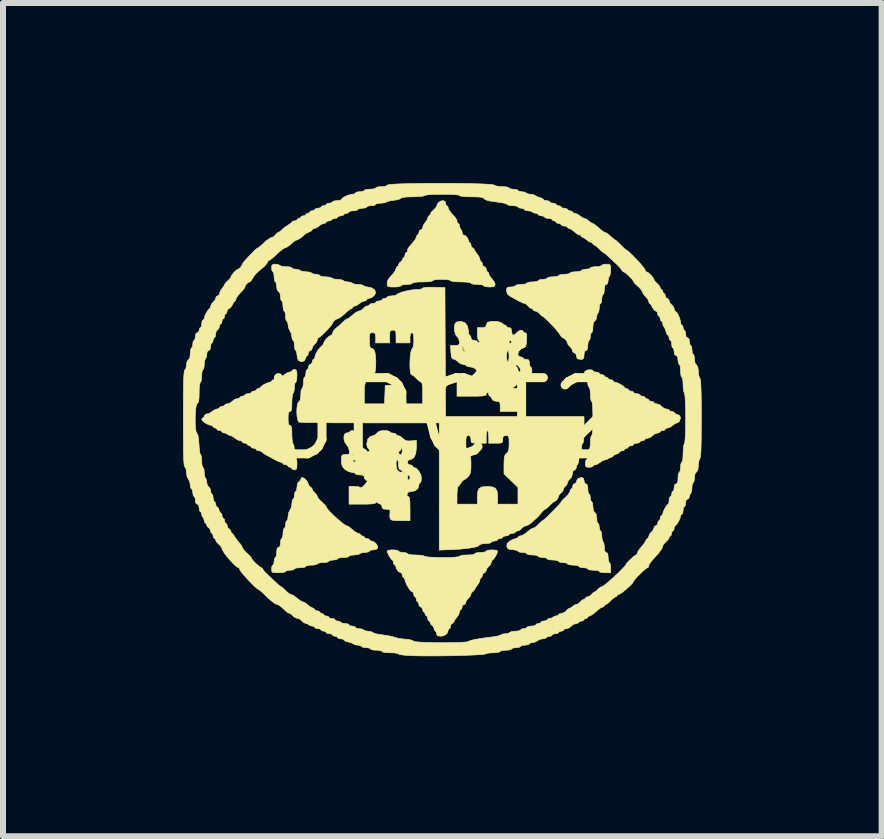
<source format=kicad_pcb>
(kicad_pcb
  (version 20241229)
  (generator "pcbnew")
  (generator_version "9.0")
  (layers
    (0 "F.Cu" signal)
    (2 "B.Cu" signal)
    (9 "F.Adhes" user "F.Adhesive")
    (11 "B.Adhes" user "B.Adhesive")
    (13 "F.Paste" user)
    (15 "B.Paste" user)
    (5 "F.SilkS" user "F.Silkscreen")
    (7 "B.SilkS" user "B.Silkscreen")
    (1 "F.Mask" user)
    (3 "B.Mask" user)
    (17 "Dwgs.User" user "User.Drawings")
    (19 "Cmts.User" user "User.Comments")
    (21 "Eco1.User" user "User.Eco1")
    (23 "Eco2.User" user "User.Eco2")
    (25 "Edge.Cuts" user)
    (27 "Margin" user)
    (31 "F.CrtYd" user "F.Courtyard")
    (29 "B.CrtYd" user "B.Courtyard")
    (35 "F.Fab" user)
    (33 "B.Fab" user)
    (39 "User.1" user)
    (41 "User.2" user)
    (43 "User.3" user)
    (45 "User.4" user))
  (footprint "UPCT2"
    (layer "F.Cu")
    (at 4.312 3.934)
    (property "Reference" "UPCT2" (at 0 0 0) (layer "F.SilkS") (effects (font (size 1.27 1.27) (thickness 0.15))))
    (attr through_hole)
    (fp_poly (pts (xy -2.725 -2.576) (xy -2.699 -2.561) (xy -2.671 -2.548) (xy -2.618 -2.541) (xy -2.592 -2.54) (xy -2.535 -2.536) (xy -2.502 -2.525) (xy -2.498 -2.519) (xy -2.479 -2.504) (xy -2.435 -2.498) (xy -2.387 -2.491) (xy -2.36 -2.477) (xy -2.332 -2.463) (xy -2.28 -2.456) (xy -2.265 -2.455) (xy -2.209 -2.45) (xy -2.173 -2.438) (xy -2.17 -2.434) (xy -2.141 -2.419) (xy -2.094 -2.413) (xy -2.05 -2.407) (xy -2.032 -2.392) (xy -2.013 -2.379) (xy -1.965 -2.372) (xy -1.938 -2.371) (xy -1.878 -2.366) (xy -1.838 -2.355) (xy -1.831 -2.349) (xy -1.803 -2.336) (xy -1.751 -2.329) (xy -1.736 -2.328) (xy -1.68 -2.323) (xy -1.644 -2.311) (xy -1.64 -2.307) (xy -1.612 -2.292) (xy -1.566 -2.286) (xy -1.518 -2.279) (xy -1.492 -2.265) (xy -1.464 -2.251) (xy -1.412 -2.244) (xy -1.397 -2.244) (xy -1.341 -2.239) (xy -1.305 -2.226) (xy -1.302 -2.223) (xy -1.273 -2.206) (xy -1.232 -2.201) (xy -1.168 -2.187) (xy -1.12 -2.155) (xy -1.101 -2.113) (xy -1.101 -2.112) (xy -1.118 -2.07) (xy -1.159 -2.031) (xy -1.207 -2.011) (xy -1.213 -2.011) (xy -1.244 -2) (xy -1.249 -1.99) (xy -1.266 -1.972) (xy -1.287 -1.968) (xy -1.33 -1.955) (xy -1.371 -1.926) (xy -1.415 -1.895) (xy -1.449 -1.884) (xy -1.478 -1.873) (xy -1.482 -1.863) (xy -1.498 -1.842) (xy -1.504 -1.841) (xy -1.533 -1.828) (xy -1.574 -1.795) (xy -1.575 -1.794) (xy -1.654 -1.722) (xy -1.711 -1.682) (xy -1.737 -1.672) (xy -1.77 -1.658) (xy -1.804 -1.628) (xy -1.82 -1.598) (xy -1.82 -1.597) (xy -1.835 -1.571) (xy -1.871 -1.527) (xy -1.92 -1.474) (xy -1.973 -1.421) (xy -2.019 -1.379) (xy -2.051 -1.356) (xy -2.056 -1.355) (xy -2.072 -1.337) (xy -2.074 -1.317) (xy -2.09 -1.276) (xy -2.117 -1.249) (xy -2.15 -1.211) (xy -2.159 -1.181) (xy -2.174 -1.149) (xy -2.191 -1.143) (xy -2.217 -1.125) (xy -2.223 -1.101) (xy -2.231 -1.066) (xy -2.242 -1.058) (xy -2.26 -1.04) (xy -2.269 -1.011) (xy -2.292 -0.97) (xy -2.334 -0.956) (xy -2.38 -0.971) (xy -2.387 -0.977) (xy -2.405 -1.015) (xy -2.413 -1.072) (xy -2.413 -1.073) (xy -2.419 -1.12) (xy -2.432 -1.143) (xy -2.434 -1.143) (xy -2.447 -1.162) (xy -2.455 -1.209) (xy -2.455 -1.228) (xy -2.46 -1.281) (xy -2.472 -1.31) (xy -2.477 -1.312) (xy -2.492 -1.331) (xy -2.498 -1.371) (xy -2.51 -1.43) (xy -2.53 -1.47) (xy -2.554 -1.522) (xy -2.561 -1.57) (xy -2.568 -1.613) (xy -2.582 -1.63) (xy -2.596 -1.649) (xy -2.603 -1.696) (xy -2.603 -1.714) (xy -2.608 -1.768) (xy -2.62 -1.797) (xy -2.625 -1.799) (xy -2.638 -1.818) (xy -2.645 -1.865) (xy -2.646 -1.884) (xy -2.651 -1.937) (xy -2.662 -1.966) (xy -2.667 -1.968) (xy -2.681 -1.987) (xy -2.688 -2.033) (xy -2.688 -2.04) (xy -2.697 -2.098) (xy -2.72 -2.124) (xy -2.744 -2.155) (xy -2.752 -2.211) (xy -2.757 -2.26) (xy -2.77 -2.285) (xy -2.773 -2.286) (xy -2.786 -2.305) (xy -2.793 -2.352) (xy -2.794 -2.371) (xy -2.799 -2.424) (xy -2.81 -2.453) (xy -2.815 -2.455) (xy -2.83 -2.474) (xy -2.836 -2.518) (xy -2.836 -2.519) (xy -2.831 -2.564) (xy -2.806 -2.58) (xy -2.774 -2.582) (xy -2.725 -2.576)) (stroke (width 0.01) (type solid)) (fill yes) (layer "F.SilkS"))
    (fp_poly (pts (xy 0.056 -3.626) (xy 0.064 -3.598) (xy 0.072 -3.564) (xy 0.085 -3.556) (xy 0.103 -3.539) (xy 0.106 -3.523) (xy 0.119 -3.486) (xy 0.152 -3.441) (xy 0.153 -3.44) (xy 0.208 -3.379) (xy 0.239 -3.339) (xy 0.252 -3.31) (xy 0.254 -3.292) (xy 0.265 -3.264) (xy 0.275 -3.26) (xy 0.293 -3.242) (xy 0.296 -3.219) (xy 0.306 -3.178) (xy 0.318 -3.164) (xy 0.335 -3.135) (xy 0.339 -3.11) (xy 0.348 -3.077) (xy 0.361 -3.069) (xy 0.4 -3.052) (xy 0.433 -3.013) (xy 0.445 -2.975) (xy 0.455 -2.946) (xy 0.466 -2.942) (xy 0.483 -2.924) (xy 0.487 -2.9) (xy 0.496 -2.865) (xy 0.509 -2.857) (xy 0.534 -2.84) (xy 0.545 -2.82) (xy 0.57 -2.776) (xy 0.597 -2.742) (xy 0.626 -2.697) (xy 0.635 -2.663) (xy 0.645 -2.631) (xy 0.656 -2.625) (xy 0.673 -2.607) (xy 0.677 -2.582) (xy 0.691 -2.548) (xy 0.709 -2.54) (xy 0.735 -2.522) (xy 0.741 -2.498) (xy 0.75 -2.463) (xy 0.762 -2.455) (xy 0.781 -2.438) (xy 0.783 -2.423) (xy 0.797 -2.386) (xy 0.832 -2.342) (xy 0.836 -2.337) (xy 0.872 -2.29) (xy 0.889 -2.246) (xy 0.889 -2.243) (xy 0.882 -2.217) (xy 0.856 -2.205) (xy 0.798 -2.201) (xy 0.794 -2.201) (xy 0.737 -2.206) (xy 0.703 -2.216) (xy 0.699 -2.223) (xy 0.679 -2.235) (xy 0.631 -2.242) (xy 0.593 -2.244) (xy 0.532 -2.247) (xy 0.494 -2.257) (xy 0.487 -2.265) (xy 0.467 -2.275) (xy 0.413 -2.283) (xy 0.333 -2.286) (xy 0.318 -2.286) (xy 0.234 -2.288) (xy 0.175 -2.295) (xy 0.149 -2.305) (xy 0.148 -2.307) (xy 0.129 -2.318) (xy 0.076 -2.326) (xy 0.000143 -2.328) (xy 0 -2.328) (xy -0.076 -2.326) (xy -0.129 -2.318) (xy -0.148 -2.307) (xy -0.148 -2.307) (xy -0.168 -2.297) (xy -0.222 -2.289) (xy -0.302 -2.286) (xy -0.318 -2.286) (xy -0.401 -2.284) (xy -0.46 -2.277) (xy -0.486 -2.267) (xy -0.487 -2.265) (xy -0.506 -2.252) (xy -0.554 -2.245) (xy -0.582 -2.244) (xy -0.639 -2.239) (xy -0.673 -2.229) (xy -0.677 -2.223) (xy -0.696 -2.211) (xy -0.746 -2.203) (xy -0.794 -2.201) (xy -0.86 -2.203) (xy -0.895 -2.21) (xy -0.908 -2.228) (xy -0.91 -2.255) (xy -0.907 -2.292) (xy -0.892 -2.326) (xy -0.86 -2.368) (xy -0.81 -2.424) (xy -0.776 -2.469) (xy -0.762 -2.506) (xy -0.762 -2.507) (xy -0.751 -2.536) (xy -0.741 -2.54) (xy -0.722 -2.557) (xy -0.72 -2.572) (xy -0.703 -2.608) (xy -0.688 -2.617) (xy -0.66 -2.644) (xy -0.656 -2.659) (xy -0.644 -2.685) (xy -0.635 -2.688) (xy -0.618 -2.706) (xy -0.614 -2.731) (xy -0.605 -2.765) (xy -0.593 -2.773) (xy -0.574 -2.79) (xy -0.572 -2.805) (xy -0.567 -2.832) (xy -0.548 -2.864) (xy -0.51 -2.91) (xy -0.471 -2.953) (xy -0.438 -2.998) (xy -0.423 -3.036) (xy -0.423 -3.036) (xy -0.412 -3.065) (xy -0.402 -3.069) (xy -0.385 -3.087) (xy -0.381 -3.111) (xy -0.368 -3.146) (xy -0.349 -3.154) (xy -0.323 -3.171) (xy -0.318 -3.192) (xy -0.304 -3.235) (xy -0.275 -3.276) (xy -0.244 -3.32) (xy -0.233 -3.354) (xy -0.222 -3.383) (xy -0.212 -3.387) (xy -0.192 -3.404) (xy -0.191 -3.415) (xy -0.175 -3.448) (xy -0.138 -3.484) (xy -0.1 -3.52) (xy -0.085 -3.552) (xy -0.066 -3.597) (xy -0.022 -3.631) (xy 0.02 -3.641) (xy 0.056 -3.626)) (stroke (width 0.01) (type solid)) (fill yes) (layer "F.SilkS"))
    (fp_poly (pts (xy 2.364 0.992) (xy 2.371 1.027) (xy 2.382 1.069) (xy 2.402 1.079) (xy 2.424 1.093) (xy 2.434 1.14) (xy 2.434 1.164) (xy 2.439 1.217) (xy 2.451 1.247) (xy 2.455 1.249) (xy 2.47 1.267) (xy 2.476 1.312) (xy 2.477 1.312) (xy 2.483 1.357) (xy 2.497 1.376) (xy 2.498 1.376) (xy 2.511 1.395) (xy 2.518 1.442) (xy 2.519 1.461) (xy 2.527 1.529) (xy 2.551 1.559) (xy 2.575 1.59) (xy 2.582 1.653) (xy 2.587 1.705) (xy 2.599 1.734) (xy 2.603 1.736) (xy 2.618 1.754) (xy 2.625 1.798) (xy 2.625 1.799) (xy 2.631 1.844) (xy 2.646 1.863) (xy 2.646 1.863) (xy 2.659 1.881) (xy 2.667 1.928) (xy 2.667 1.946) (xy 2.672 2.002) (xy 2.684 2.039) (xy 2.688 2.043) (xy 2.702 2.07) (xy 2.709 2.123) (xy 2.709 2.139) (xy 2.715 2.197) (xy 2.733 2.221) (xy 2.741 2.223) (xy 2.763 2.236) (xy 2.772 2.283) (xy 2.773 2.307) (xy 2.778 2.36) (xy 2.789 2.39) (xy 2.794 2.392) (xy 2.807 2.411) (xy 2.815 2.458) (xy 2.815 2.477) (xy 2.815 2.561) (xy 2.72 2.561) (xy 2.663 2.557) (xy 2.629 2.546) (xy 2.625 2.54) (xy 2.606 2.527) (xy 2.558 2.52) (xy 2.529 2.519) (xy 2.473 2.515) (xy 2.439 2.504) (xy 2.434 2.498) (xy 2.416 2.484) (xy 2.37 2.477) (xy 2.36 2.477) (xy 2.311 2.471) (xy 2.287 2.458) (xy 2.286 2.455) (xy 2.267 2.443) (xy 2.219 2.435) (xy 2.191 2.434) (xy 2.134 2.43) (xy 2.1 2.419) (xy 2.095 2.413) (xy 2.077 2.399) (xy 2.031 2.392) (xy 2.021 2.392) (xy 1.972 2.387) (xy 1.948 2.373) (xy 1.947 2.371) (xy 1.928 2.358) (xy 1.881 2.35) (xy 1.852 2.349) (xy 1.795 2.345) (xy 1.761 2.335) (xy 1.757 2.328) (xy 1.738 2.314) (xy 1.692 2.307) (xy 1.683 2.307) (xy 1.634 2.302) (xy 1.609 2.289) (xy 1.609 2.286) (xy 1.59 2.273) (xy 1.542 2.266) (xy 1.513 2.265) (xy 1.457 2.261) (xy 1.423 2.25) (xy 1.418 2.244) (xy 1.4 2.23) (xy 1.354 2.223) (xy 1.344 2.223) (xy 1.295 2.217) (xy 1.271 2.205) (xy 1.27 2.203) (xy 1.251 2.189) (xy 1.204 2.179) (xy 1.18 2.176) (xy 1.122 2.169) (xy 1.095 2.152) (xy 1.084 2.119) (xy 1.084 2.117) (xy 1.091 2.072) (xy 1.128 2.037) (xy 1.144 2.027) (xy 1.197 2.002) (xy 1.237 1.99) (xy 1.24 1.99) (xy 1.267 1.978) (xy 1.27 1.968) (xy 1.288 1.951) (xy 1.313 1.947) (xy 1.354 1.933) (xy 1.405 1.898) (xy 1.421 1.884) (xy 1.469 1.845) (xy 1.509 1.822) (xy 1.519 1.82) (xy 1.552 1.806) (xy 1.596 1.77) (xy 1.609 1.757) (xy 1.649 1.717) (xy 1.676 1.695) (xy 1.681 1.693) (xy 1.701 1.679) (xy 1.743 1.642) (xy 1.797 1.589) (xy 1.856 1.53) (xy 1.913 1.471) (xy 1.958 1.422) (xy 1.986 1.389) (xy 1.99 1.381) (xy 2.004 1.359) (xy 2.042 1.321) (xy 2.063 1.302) (xy 2.108 1.256) (xy 2.134 1.214) (xy 2.137 1.201) (xy 2.148 1.17) (xy 2.159 1.164) (xy 2.176 1.146) (xy 2.18 1.122) (xy 2.193 1.087) (xy 2.212 1.079) (xy 2.238 1.062) (xy 2.244 1.039) (xy 2.262 0.998) (xy 2.313 0.976) (xy 2.341 0.974) (xy 2.364 0.992)) (stroke (width 0.01) (type solid)) (fill yes) (layer "F.SilkS"))
    (fp_poly (pts (xy 2.787 -2.58) (xy 2.808 -2.566) (xy 2.815 -2.529) (xy 2.815 -2.488) (xy 2.811 -2.429) (xy 2.8 -2.388) (xy 2.794 -2.381) (xy 2.779 -2.353) (xy 2.773 -2.306) (xy 2.763 -2.256) (xy 2.741 -2.244) (xy 2.719 -2.23) (xy 2.71 -2.183) (xy 2.709 -2.159) (xy 2.705 -2.106) (xy 2.693 -2.076) (xy 2.688 -2.074) (xy 2.674 -2.056) (xy 2.667 -2.01) (xy 2.667 -2) (xy 2.662 -1.951) (xy 2.649 -1.927) (xy 2.646 -1.926) (xy 2.632 -1.908) (xy 2.625 -1.862) (xy 2.625 -1.853) (xy 2.619 -1.801) (xy 2.605 -1.769) (xy 2.603 -1.767) (xy 2.587 -1.738) (xy 2.582 -1.702) (xy 2.571 -1.657) (xy 2.551 -1.637) (xy 2.527 -1.608) (xy 2.519 -1.541) (xy 2.519 -1.532) (xy 2.515 -1.476) (xy 2.504 -1.443) (xy 2.498 -1.439) (xy 2.483 -1.421) (xy 2.477 -1.377) (xy 2.477 -1.376) (xy 2.47 -1.331) (xy 2.456 -1.312) (xy 2.455 -1.312) (xy 2.442 -1.294) (xy 2.435 -1.247) (xy 2.434 -1.228) (xy 2.429 -1.169) (xy 2.412 -1.145) (xy 2.402 -1.143) (xy 2.379 -1.127) (xy 2.371 -1.076) (xy 2.371 -1.069) (xy 2.367 -1.019) (xy 2.349 -0.998) (xy 2.321 -0.995) (xy 2.277 -1) (xy 2.258 -1.009) (xy 2.246 -1.04) (xy 2.244 -1.062) (xy 2.229 -1.094) (xy 2.212 -1.101) (xy 2.185 -1.118) (xy 2.18 -1.138) (xy 2.164 -1.179) (xy 2.138 -1.206) (xy 2.105 -1.241) (xy 2.095 -1.266) (xy 2.081 -1.304) (xy 2.048 -1.34) (xy 2.016 -1.355) (xy 1.994 -1.371) (xy 1.967 -1.412) (xy 1.967 -1.412) (xy 1.94 -1.451) (xy 1.895 -1.505) (xy 1.839 -1.566) (xy 1.781 -1.626) (xy 1.729 -1.676) (xy 1.691 -1.708) (xy 1.677 -1.714) (xy 1.653 -1.73) (xy 1.63 -1.757) (xy 1.592 -1.79) (xy 1.562 -1.799) (xy 1.53 -1.809) (xy 1.524 -1.82) (xy 1.507 -1.84) (xy 1.497 -1.841) (xy 1.465 -1.857) (xy 1.439 -1.884) (xy 1.406 -1.917) (xy 1.382 -1.926) (xy 1.349 -1.936) (xy 1.296 -1.961) (xy 1.276 -1.972) (xy 1.21 -2.009) (xy 1.148 -2.042) (xy 1.138 -2.048) (xy 1.093 -2.084) (xy 1.08 -2.138) (xy 1.079 -2.139) (xy 1.084 -2.181) (xy 1.105 -2.198) (xy 1.154 -2.201) (xy 1.203 -2.207) (xy 1.227 -2.22) (xy 1.228 -2.223) (xy 1.247 -2.235) (xy 1.294 -2.243) (xy 1.323 -2.244) (xy 1.38 -2.248) (xy 1.414 -2.259) (xy 1.418 -2.265) (xy 1.437 -2.277) (xy 1.485 -2.285) (xy 1.513 -2.286) (xy 1.57 -2.29) (xy 1.604 -2.301) (xy 1.609 -2.307) (xy 1.627 -2.321) (xy 1.673 -2.328) (xy 1.683 -2.328) (xy 1.732 -2.334) (xy 1.756 -2.347) (xy 1.757 -2.349) (xy 1.776 -2.362) (xy 1.824 -2.37) (xy 1.852 -2.371) (xy 1.909 -2.375) (xy 1.943 -2.386) (xy 1.947 -2.392) (xy 1.966 -2.404) (xy 2.014 -2.412) (xy 2.043 -2.413) (xy 2.099 -2.417) (xy 2.133 -2.428) (xy 2.138 -2.434) (xy 2.157 -2.447) (xy 2.205 -2.454) (xy 2.233 -2.455) (xy 2.29 -2.46) (xy 2.324 -2.47) (xy 2.328 -2.477) (xy 2.347 -2.49) (xy 2.393 -2.497) (xy 2.402 -2.498) (xy 2.451 -2.503) (xy 2.476 -2.516) (xy 2.477 -2.519) (xy 2.495 -2.531) (xy 2.543 -2.539) (xy 2.572 -2.54) (xy 2.629 -2.544) (xy 2.663 -2.555) (xy 2.667 -2.561) (xy 2.686 -2.575) (xy 2.731 -2.582) (xy 2.741 -2.582) (xy 2.787 -2.58)) (stroke (width 0.01) (type solid)) (fill yes) (layer "F.SilkS"))
    (fp_poly (pts (xy 0.893 2.184) (xy 0.927 2.193) (xy 0.931 2.198) (xy 0.922 2.234) (xy 0.899 2.281) (xy 0.871 2.325) (xy 0.849 2.348) (xy 0.845 2.349) (xy 0.829 2.367) (xy 0.826 2.387) (xy 0.81 2.428) (xy 0.783 2.455) (xy 0.75 2.493) (xy 0.741 2.524) (xy 0.726 2.555) (xy 0.709 2.561) (xy 0.683 2.579) (xy 0.677 2.603) (xy 0.668 2.638) (xy 0.656 2.646) (xy 0.638 2.663) (xy 0.635 2.684) (xy 0.621 2.727) (xy 0.593 2.768) (xy 0.562 2.808) (xy 0.55 2.836) (xy 0.533 2.863) (xy 0.519 2.871) (xy 0.491 2.9) (xy 0.487 2.919) (xy 0.471 2.958) (xy 0.445 2.985) (xy 0.411 3.023) (xy 0.402 3.053) (xy 0.388 3.084) (xy 0.37 3.09) (xy 0.345 3.108) (xy 0.339 3.133) (xy 0.33 3.167) (xy 0.318 3.175) (xy 0.3 3.193) (xy 0.296 3.213) (xy 0.283 3.258) (xy 0.258 3.293) (xy 0.223 3.339) (xy 0.206 3.371) (xy 0.184 3.402) (xy 0.17 3.408) (xy 0.152 3.426) (xy 0.148 3.45) (xy 0.139 3.485) (xy 0.127 3.493) (xy 0.108 3.51) (xy 0.106 3.526) (xy 0.087 3.576) (xy 0.037 3.61) (xy -0.02 3.619) (xy -0.067 3.613) (xy -0.084 3.59) (xy -0.085 3.577) (xy -0.094 3.543) (xy -0.106 3.535) (xy -0.123 3.517) (xy -0.127 3.495) (xy -0.142 3.455) (xy -0.159 3.443) (xy -0.187 3.414) (xy -0.191 3.398) (xy -0.202 3.369) (xy -0.212 3.365) (xy -0.229 3.348) (xy -0.233 3.323) (xy -0.242 3.289) (xy -0.254 3.281) (xy -0.273 3.264) (xy -0.275 3.249) (xy -0.287 3.221) (xy -0.296 3.217) (xy -0.314 3.2) (xy -0.318 3.175) (xy -0.331 3.141) (xy -0.349 3.133) (xy -0.375 3.115) (xy -0.381 3.09) (xy -0.39 3.056) (xy -0.402 3.048) (xy -0.419 3.03) (xy -0.423 3.006) (xy -0.432 2.971) (xy -0.445 2.963) (xy -0.462 2.946) (xy -0.466 2.921) (xy -0.477 2.887) (xy -0.493 2.879) (xy -0.518 2.861) (xy -0.551 2.818) (xy -0.583 2.763) (xy -0.607 2.709) (xy -0.614 2.676) (xy -0.626 2.649) (xy -0.635 2.646) (xy -0.652 2.628) (xy -0.656 2.603) (xy -0.666 2.569) (xy -0.679 2.561) (xy -0.717 2.544) (xy -0.75 2.505) (xy -0.762 2.467) (xy -0.773 2.438) (xy -0.783 2.434) (xy -0.8 2.416) (xy -0.804 2.392) (xy -0.813 2.357) (xy -0.824 2.349) (xy -0.844 2.333) (xy -0.871 2.292) (xy -0.896 2.244) (xy -0.91 2.204) (xy -0.91 2.198) (xy -0.891 2.187) (xy -0.843 2.181) (xy -0.815 2.18) (xy -0.758 2.184) (xy -0.724 2.195) (xy -0.72 2.201) (xy -0.701 2.215) (xy -0.655 2.222) (xy -0.646 2.223) (xy -0.597 2.228) (xy -0.572 2.241) (xy -0.572 2.244) (xy -0.552 2.255) (xy -0.501 2.262) (xy -0.435 2.265) (xy -0.363 2.268) (xy -0.309 2.276) (xy -0.286 2.286) (xy -0.26 2.294) (xy -0.198 2.301) (xy -0.107 2.305) (xy 0.006 2.307) (xy 0.012 2.307) (xy 0.132 2.306) (xy 0.222 2.301) (xy 0.279 2.294) (xy 0.296 2.286) (xy 0.316 2.275) (xy 0.366 2.267) (xy 0.423 2.265) (xy 0.491 2.262) (xy 0.537 2.253) (xy 0.55 2.244) (xy 0.569 2.231) (xy 0.617 2.223) (xy 0.646 2.223) (xy 0.702 2.218) (xy 0.736 2.208) (xy 0.741 2.201) (xy 0.76 2.189) (xy 0.808 2.181) (xy 0.836 2.18) (xy 0.893 2.184)) (stroke (width 0.01) (type solid)) (fill yes) (layer "F.SilkS"))
    (fp_poly (pts (xy -2.287 0.99) (xy -2.249 1.029) (xy -2.225 1.073) (xy -2.223 1.088) (xy -2.205 1.121) (xy -2.191 1.129) (xy -2.163 1.155) (xy -2.159 1.169) (xy -2.143 1.202) (xy -2.117 1.228) (xy -2.084 1.262) (xy -2.074 1.288) (xy -2.059 1.319) (xy -2.021 1.362) (xy -2 1.381) (xy -1.956 1.423) (xy -1.929 1.455) (xy -1.926 1.464) (xy -1.911 1.49) (xy -1.871 1.536) (xy -1.815 1.593) (xy -1.751 1.653) (xy -1.687 1.708) (xy -1.632 1.752) (xy -1.594 1.776) (xy -1.586 1.778) (xy -1.552 1.791) (xy -1.535 1.804) (xy -1.457 1.871) (xy -1.402 1.902) (xy -1.386 1.905) (xy -1.358 1.917) (xy -1.355 1.926) (xy -1.338 1.945) (xy -1.323 1.947) (xy -1.295 1.959) (xy -1.291 1.968) (xy -1.273 1.986) (xy -1.249 1.99) (xy -1.214 1.999) (xy -1.206 2.011) (xy -1.189 2.029) (xy -1.169 2.032) (xy -1.126 2.048) (xy -1.088 2.084) (xy -1.066 2.127) (xy -1.067 2.15) (xy -1.094 2.172) (xy -1.142 2.18) (xy -1.187 2.186) (xy -1.206 2.201) (xy -1.206 2.201) (xy -1.225 2.215) (xy -1.271 2.222) (xy -1.279 2.223) (xy -1.332 2.228) (xy -1.364 2.242) (xy -1.365 2.244) (xy -1.393 2.257) (xy -1.446 2.264) (xy -1.462 2.265) (xy -1.514 2.27) (xy -1.543 2.281) (xy -1.545 2.286) (xy -1.564 2.299) (xy -1.612 2.306) (xy -1.64 2.307) (xy -1.697 2.311) (xy -1.731 2.322) (xy -1.736 2.328) (xy -1.754 2.342) (xy -1.8 2.349) (xy -1.81 2.349) (xy -1.859 2.355) (xy -1.883 2.368) (xy -1.884 2.371) (xy -1.903 2.383) (xy -1.951 2.391) (xy -1.979 2.392) (xy -2.036 2.396) (xy -2.07 2.407) (xy -2.074 2.413) (xy -2.093 2.426) (xy -2.141 2.433) (xy -2.17 2.434) (xy -2.226 2.438) (xy -2.26 2.449) (xy -2.265 2.455) (xy -2.284 2.468) (xy -2.332 2.476) (xy -2.36 2.477) (xy -2.417 2.481) (xy -2.451 2.491) (xy -2.455 2.498) (xy -2.474 2.512) (xy -2.52 2.519) (xy -2.529 2.519) (xy -2.578 2.524) (xy -2.603 2.537) (xy -2.603 2.54) (xy -2.623 2.552) (xy -2.672 2.559) (xy -2.72 2.561) (xy -2.786 2.56) (xy -2.821 2.553) (xy -2.834 2.535) (xy -2.836 2.499) (xy -2.836 2.498) (xy -2.83 2.453) (xy -2.815 2.434) (xy -2.815 2.434) (xy -2.8 2.416) (xy -2.794 2.371) (xy -2.794 2.371) (xy -2.788 2.326) (xy -2.773 2.307) (xy -2.773 2.307) (xy -2.76 2.288) (xy -2.752 2.241) (xy -2.752 2.223) (xy -2.746 2.164) (xy -2.729 2.139) (xy -2.72 2.138) (xy -2.696 2.122) (xy -2.688 2.07) (xy -2.688 2.064) (xy -2.683 2.015) (xy -2.67 1.99) (xy -2.667 1.99) (xy -2.654 1.971) (xy -2.646 1.924) (xy -2.646 1.905) (xy -2.641 1.852) (xy -2.629 1.822) (xy -2.625 1.82) (xy -2.61 1.802) (xy -2.604 1.758) (xy -2.603 1.757) (xy -2.597 1.712) (xy -2.583 1.693) (xy -2.582 1.693) (xy -2.568 1.675) (xy -2.561 1.629) (xy -2.561 1.621) (xy -2.552 1.562) (xy -2.531 1.518) (xy -2.529 1.516) (xy -2.508 1.474) (xy -2.498 1.415) (xy -2.498 1.409) (xy -2.492 1.36) (xy -2.48 1.334) (xy -2.477 1.333) (xy -2.462 1.315) (xy -2.455 1.271) (xy -2.455 1.27) (xy -2.449 1.225) (xy -2.434 1.207) (xy -2.434 1.206) (xy -2.42 1.188) (xy -2.413 1.142) (xy -2.413 1.132) (xy -2.404 1.072) (xy -2.381 1.045) (xy -2.353 1.018) (xy -2.349 1.003) (xy -2.334 0.977) (xy -2.322 0.974) (xy -2.287 0.99)) (stroke (width 0.01) (type solid)) (fill yes) (layer "F.SilkS"))
    (fp_poly (pts (xy 2.497 -0.82) (xy 2.519 -0.807) (xy 2.519 -0.806) (xy 2.537 -0.789) (xy 2.572 -0.783) (xy 2.612 -0.776) (xy 2.625 -0.762) (xy 2.642 -0.745) (xy 2.667 -0.741) (xy 2.701 -0.732) (xy 2.709 -0.72) (xy 2.726 -0.701) (xy 2.741 -0.699) (xy 2.769 -0.687) (xy 2.773 -0.677) (xy 2.791 -0.66) (xy 2.815 -0.656) (xy 2.85 -0.647) (xy 2.857 -0.635) (xy 2.875 -0.616) (xy 2.888 -0.614) (xy 2.925 -0.604) (xy 2.974 -0.581) (xy 3.02 -0.553) (xy 3.046 -0.529) (xy 3.048 -0.524) (xy 3.065 -0.51) (xy 3.08 -0.508) (xy 3.108 -0.497) (xy 3.111 -0.487) (xy 3.129 -0.47) (xy 3.154 -0.466) (xy 3.188 -0.457) (xy 3.196 -0.445) (xy 3.214 -0.429) (xy 3.249 -0.423) (xy 3.289 -0.416) (xy 3.302 -0.402) (xy 3.32 -0.385) (xy 3.344 -0.381) (xy 3.379 -0.372) (xy 3.387 -0.36) (xy 3.404 -0.341) (xy 3.418 -0.339) (xy 3.447 -0.327) (xy 3.45 -0.318) (xy 3.468 -0.3) (xy 3.493 -0.296) (xy 3.527 -0.287) (xy 3.535 -0.275) (xy 3.553 -0.259) (xy 3.583 -0.254) (xy 3.633 -0.238) (xy 3.662 -0.212) (xy 3.704 -0.178) (xy 3.741 -0.169) (xy 3.778 -0.161) (xy 3.789 -0.148) (xy 3.807 -0.131) (xy 3.831 -0.127) (xy 3.866 -0.119) (xy 3.873 -0.108) (xy 3.891 -0.09) (xy 3.928 -0.076) (xy 3.967 -0.057) (xy 3.977 -0.019) (xy 3.975 -0.005) (xy 3.956 0.045) (xy 3.928 0.06) (xy 3.883 0.08) (xy 3.845 0.108) (xy 3.8 0.138) (xy 3.764 0.148) (xy 3.732 0.158) (xy 3.725 0.169) (xy 3.708 0.187) (xy 3.683 0.191) (xy 3.649 0.199) (xy 3.641 0.212) (xy 3.623 0.228) (xy 3.592 0.233) (xy 3.543 0.249) (xy 3.514 0.275) (xy 3.471 0.308) (xy 3.435 0.318) (xy 3.397 0.325) (xy 3.387 0.339) (xy 3.369 0.356) (xy 3.344 0.36) (xy 3.31 0.369) (xy 3.302 0.381) (xy 3.284 0.397) (xy 3.249 0.402) (xy 3.209 0.409) (xy 3.196 0.423) (xy 3.178 0.441) (xy 3.154 0.445) (xy 3.119 0.453) (xy 3.111 0.466) (xy 3.094 0.484) (xy 3.08 0.487) (xy 3.052 0.498) (xy 3.048 0.508) (xy 3.03 0.525) (xy 3.006 0.529) (xy 2.971 0.538) (xy 2.963 0.55) (xy 2.945 0.57) (xy 2.91 0.584) (xy 2.871 0.6) (xy 2.857 0.616) (xy 2.84 0.631) (xy 2.815 0.635) (xy 2.781 0.644) (xy 2.773 0.656) (xy 2.755 0.673) (xy 2.73 0.677) (xy 2.683 0.691) (xy 2.641 0.72) (xy 2.595 0.751) (xy 2.557 0.762) (xy 2.525 0.772) (xy 2.519 0.783) (xy 2.5 0.798) (xy 2.456 0.804) (xy 2.455 0.804) (xy 2.41 0.799) (xy 2.394 0.774) (xy 2.392 0.741) (xy 2.398 0.696) (xy 2.413 0.677) (xy 2.413 0.677) (xy 2.426 0.659) (xy 2.434 0.612) (xy 2.434 0.593) (xy 2.439 0.54) (xy 2.451 0.51) (xy 2.455 0.508) (xy 2.467 0.489) (xy 2.475 0.439) (xy 2.477 0.392) (xy 2.48 0.328) (xy 2.489 0.286) (xy 2.498 0.275) (xy 2.507 0.255) (xy 2.513 0.196) (xy 2.517 0.104) (xy 2.519 -0.011) (xy 2.517 -0.131) (xy 2.513 -0.222) (xy 2.506 -0.278) (xy 2.498 -0.296) (xy 2.486 -0.315) (xy 2.478 -0.365) (xy 2.477 -0.413) (xy 2.473 -0.477) (xy 2.464 -0.519) (xy 2.455 -0.529) (xy 2.441 -0.548) (xy 2.434 -0.594) (xy 2.434 -0.605) (xy 2.425 -0.665) (xy 2.404 -0.711) (xy 2.401 -0.713) (xy 2.374 -0.759) (xy 2.386 -0.797) (xy 2.434 -0.819) (xy 2.45 -0.822) (xy 2.497 -0.82)) (stroke (width 0.01) (type solid)) (fill yes) (layer "F.SilkS"))
    (fp_poly (pts (xy -2.43 -0.82) (xy -2.417 -0.796) (xy -2.413 -0.744) (xy -2.413 -0.72) (xy -2.417 -0.659) (xy -2.427 -0.621) (xy -2.434 -0.614) (xy -2.448 -0.595) (xy -2.455 -0.548) (xy -2.455 -0.53) (xy -2.46 -0.474) (xy -2.472 -0.438) (xy -2.477 -0.434) (xy -2.487 -0.408) (xy -2.495 -0.351) (xy -2.498 -0.276) (xy -2.498 -0.274) (xy -2.5 -0.194) (xy -2.506 -0.148) (xy -2.52 -0.129) (xy -2.529 -0.127) (xy -2.549 -0.117) (xy -2.558 -0.08) (xy -2.561 -0.011) (xy -2.558 0.06) (xy -2.548 0.096) (xy -2.529 0.106) (xy -2.512 0.115) (xy -2.502 0.146) (xy -2.498 0.208) (xy -2.498 0.253) (xy -2.495 0.328) (xy -2.487 0.385) (xy -2.477 0.413) (xy -2.477 0.413) (xy -2.464 0.44) (xy -2.457 0.494) (xy -2.455 0.53) (xy -2.451 0.59) (xy -2.442 0.628) (xy -2.434 0.635) (xy -2.422 0.654) (xy -2.414 0.703) (xy -2.413 0.741) (xy -2.415 0.804) (xy -2.425 0.836) (xy -2.446 0.846) (xy -2.455 0.847) (xy -2.49 0.838) (xy -2.498 0.826) (xy -2.515 0.807) (xy -2.529 0.804) (xy -2.558 0.793) (xy -2.561 0.783) (xy -2.579 0.766) (xy -2.603 0.762) (xy -2.638 0.753) (xy -2.646 0.741) (xy -2.663 0.722) (xy -2.677 0.72) (xy -2.714 0.71) (xy -2.768 0.685) (xy -2.788 0.674) (xy -2.854 0.637) (xy -2.915 0.604) (xy -2.926 0.598) (xy -2.971 0.571) (xy -2.996 0.549) (xy -3.025 0.532) (xy -3.049 0.529) (xy -3.083 0.52) (xy -3.09 0.508) (xy -3.108 0.491) (xy -3.133 0.487) (xy -3.167 0.478) (xy -3.175 0.466) (xy -3.192 0.447) (xy -3.207 0.445) (xy -3.235 0.433) (xy -3.239 0.423) (xy -3.256 0.406) (xy -3.281 0.402) (xy -3.315 0.393) (xy -3.323 0.381) (xy -3.341 0.363) (xy -3.362 0.36) (xy -3.405 0.346) (xy -3.445 0.318) (xy -3.489 0.287) (xy -3.522 0.275) (xy -3.559 0.263) (xy -3.567 0.254) (xy -3.596 0.236) (xy -3.621 0.233) (xy -3.654 0.224) (xy -3.662 0.212) (xy -3.68 0.194) (xy -3.704 0.191) (xy -3.739 0.182) (xy -3.747 0.169) (xy -3.764 0.151) (xy -3.778 0.148) (xy -3.806 0.137) (xy -3.81 0.127) (xy -3.827 0.108) (xy -3.84 0.106) (xy -3.883 0.095) (xy -3.934 0.069) (xy -3.978 0.037) (xy -4 0.008) (xy -4 0.005) (xy -3.987 -0.019) (xy -3.979 -0.021) (xy -3.961 -0.038) (xy -3.958 -0.053) (xy -3.94 -0.079) (xy -3.915 -0.085) (xy -3.868 -0.099) (xy -3.826 -0.127) (xy -3.78 -0.158) (xy -3.743 -0.169) (xy -3.71 -0.179) (xy -3.704 -0.191) (xy -3.686 -0.208) (xy -3.662 -0.212) (xy -3.627 -0.221) (xy -3.619 -0.233) (xy -3.602 -0.249) (xy -3.571 -0.254) (xy -3.522 -0.27) (xy -3.493 -0.296) (xy -3.45 -0.33) (xy -3.414 -0.339) (xy -3.376 -0.347) (xy -3.365 -0.36) (xy -3.348 -0.377) (xy -3.323 -0.381) (xy -3.289 -0.39) (xy -3.281 -0.402) (xy -3.263 -0.418) (xy -3.228 -0.423) (xy -3.188 -0.431) (xy -3.175 -0.445) (xy -3.157 -0.462) (xy -3.133 -0.466) (xy -3.098 -0.475) (xy -3.09 -0.487) (xy -3.073 -0.506) (xy -3.059 -0.508) (xy -3.03 -0.517) (xy -3.027 -0.524) (xy -3.009 -0.545) (xy -2.968 -0.573) (xy -2.918 -0.598) (xy -2.876 -0.613) (xy -2.866 -0.614) (xy -2.839 -0.626) (xy -2.836 -0.635) (xy -2.819 -0.652) (xy -2.794 -0.656) (xy -2.76 -0.665) (xy -2.752 -0.677) (xy -2.734 -0.694) (xy -2.708 -0.699) (xy -2.662 -0.712) (xy -2.62 -0.741) (xy -2.574 -0.772) (xy -2.536 -0.783) (xy -2.504 -0.793) (xy -2.498 -0.804) (xy -2.48 -0.822) (xy -2.455 -0.826) (xy -2.43 -0.82)) (stroke (width 0.01) (type solid)) (fill yes) (layer "F.SilkS"))
    (fp_poly (pts (xy 0.388 -1.605) (xy 0.43 -1.548) (xy 0.445 -1.471) (xy 0.45 -1.422) (xy 0.463 -1.398) (xy 0.466 -1.397) (xy 0.483 -1.379) (xy 0.487 -1.355) (xy 0.5 -1.321) (xy 0.538 -1.312) (xy 0.581 -1.303) (xy 0.599 -1.286) (xy 0.617 -1.272) (xy 0.627 -1.278) (xy 0.627 -1.279) (xy 1.122 -1.279) (xy 1.132 -1.257) (xy 1.143 -1.259) (xy 1.163 -1.286) (xy 1.164 -1.292) (xy 1.148 -1.312) (xy 1.143 -1.312) (xy 1.124 -1.295) (xy 1.122 -1.279) (xy 0.627 -1.279) (xy 0.629 -1.3) (xy 0.619 -1.306) (xy 0.602 -1.333) (xy 0.593 -1.394) (xy 0.593 -1.42) (xy 0.593 -1.524) (xy 0.667 -1.524) (xy 0.718 -1.529) (xy 0.739 -1.548) (xy 0.741 -1.564) (xy 0.756 -1.604) (xy 0.774 -1.617) (xy 0.835 -1.629) (xy 0.906 -1.628) (xy 0.969 -1.616) (xy 1.002 -1.598) (xy 1.038 -1.572) (xy 1.057 -1.566) (xy 1.079 -1.551) (xy 1.079 -1.545) (xy 1.097 -1.528) (xy 1.122 -1.524) (xy 1.153 -1.514) (xy 1.164 -1.477) (xy 1.164 -1.46) (xy 1.174 -1.411) (xy 1.201 -1.399) (xy 1.238 -1.426) (xy 1.249 -1.439) (xy 1.283 -1.469) (xy 1.321 -1.481) (xy 1.349 -1.475) (xy 1.355 -1.46) (xy 1.372 -1.442) (xy 1.387 -1.439) (xy 1.406 -1.431) (xy 1.415 -1.402) (xy 1.415 -1.341) (xy 1.414 -1.318) (xy 1.408 -1.247) (xy 1.396 -1.208) (xy 1.376 -1.191) (xy 1.367 -1.189) (xy 1.319 -1.167) (xy 1.285 -1.131) (xy 1.268 -1.09) (xy 1.273 -1.055) (xy 1.304 -1.038) (xy 1.312 -1.037) (xy 1.347 -1.028) (xy 1.355 -1.016) (xy 1.373 -1) (xy 1.408 -0.995) (xy 1.445 -0.988) (xy 1.459 -0.959) (xy 1.46 -0.931) (xy 1.467 -0.887) (xy 1.481 -0.868) (xy 1.482 -0.868) (xy 1.497 -0.849) (xy 1.503 -0.805) (xy 1.503 -0.804) (xy 1.497 -0.76) (xy 1.482 -0.741) (xy 1.482 -0.741) (xy 1.463 -0.723) (xy 1.46 -0.706) (xy 1.442 -0.662) (xy 1.394 -0.628) (xy 1.336 -0.615) (xy 1.282 -0.598) (xy 1.251 -0.575) (xy 1.212 -0.539) (xy 1.185 -0.524) (xy 1.183 -0.516) (xy 1.215 -0.51) (xy 1.233 -0.51) (xy 1.312 -0.508) (xy 1.312 -0.127) (xy 0.974 -0.127) (xy 0.974 -0.212) (xy 0.971 -0.266) (xy 0.958 -0.29) (xy 0.924 -0.296) (xy 0.912 -0.296) (xy 0.858 -0.308) (xy 0.836 -0.339) (xy 0.817 -0.373) (xy 0.803 -0.381) (xy 0.785 -0.398) (xy 0.783 -0.413) (xy 0.772 -0.441) (xy 0.762 -0.445) (xy 0.743 -0.427) (xy 0.741 -0.413) (xy 0.734 -0.399) (xy 0.71 -0.39) (xy 0.663 -0.384) (xy 0.584 -0.381) (xy 0.497 -0.381) (xy 0.254 -0.381) (xy 0.254 -0.702) (xy 0.368 -0.696) (xy 0.439 -0.696) (xy 0.486 -0.707) (xy 0.525 -0.735) (xy 0.538 -0.748) (xy 0.574 -0.787) (xy 0.581 -0.813) (xy 0.564 -0.836) (xy 0.518 -0.861) (xy 0.479 -0.868) (xy 0.434 -0.875) (xy 0.413 -0.889) (xy 0.395 -0.899) (xy 1.232 -0.899) (xy 1.234 -0.879) (xy 1.244 -0.874) (xy 1.266 -0.847) (xy 1.27 -0.824) (xy 1.279 -0.79) (xy 1.291 -0.783) (xy 1.31 -0.8) (xy 1.312 -0.816) (xy 1.301 -0.854) (xy 1.274 -0.887) (xy 1.245 -0.903) (xy 1.232 -0.899) (xy 0.395 -0.899) (xy 0.383 -0.906) (xy 0.356 -0.91) (xy 0.323 -0.921) (xy 1.164 -0.921) (xy 1.175 -0.91) (xy 1.185 -0.921) (xy 1.175 -0.931) (xy 1.164 -0.921) (xy 0.323 -0.921) (xy 0.308 -0.925) (xy 0.277 -0.95) (xy 0.233 -0.985) (xy 0.201 -0.998) (xy 0.175 -1.01) (xy 0.161 -1.042) (xy 0.16 -1.048) (xy 1.079 -1.048) (xy 1.084 -0.991) (xy 1.094 -0.957) (xy 1.101 -0.953) (xy 1.113 -0.971) (xy 1.121 -1.019) (xy 1.122 -1.048) (xy 1.118 -1.105) (xy 1.107 -1.139) (xy 1.101 -1.143) (xy 1.088 -1.124) (xy 1.08 -1.076) (xy 1.079 -1.048) (xy 0.16 -1.048) (xy 0.153 -1.104) (xy 0.152 -1.117) (xy 0.149 -1.167) (xy 0.343 -1.167) (xy 0.362 -1.133) (xy 0.386 -1.124) (xy 0.401 -1.128) (xy 0.386 -1.136) (xy 0.364 -1.163) (xy 0.358 -1.192) (xy 0.353 -1.218) (xy 0.346 -1.211) (xy 0.343 -1.167) (xy 0.149 -1.167) (xy 0.146 -1.228) (xy 0.221 -1.228) (xy 0.272 -1.231) (xy 0.292 -1.249) (xy 0.296 -1.286) (xy 0.28 -1.346) (xy 0.254 -1.376) (xy 0.227 -1.415) (xy 0.212 -1.474) (xy 0.21 -1.537) (xy 0.222 -1.59) (xy 0.245 -1.617) (xy 0.324 -1.629) (xy 0.388 -1.605)) (stroke (width 0.01) (type solid)) (fill yes) (layer "F.SilkS"))
    (fp_poly (pts (xy -0.903 0.195) (xy -0.871 0.206) (xy -0.868 0.212) (xy -0.85 0.228) (xy -0.815 0.233) (xy -0.775 0.24) (xy -0.762 0.254) (xy -0.745 0.272) (xy -0.725 0.275) (xy -0.685 0.291) (xy -0.647 0.323) (xy -0.611 0.354) (xy -0.564 0.365) (xy -0.515 0.363) (xy -0.423 0.356) (xy -0.423 0.48) (xy -0.434 0.58) (xy -0.467 0.646) (xy -0.52 0.676) (xy -0.54 0.677) (xy -0.566 0.695) (xy -0.572 0.72) (xy -0.557 0.755) (xy -0.529 0.762) (xy -0.495 0.771) (xy -0.487 0.783) (xy -0.471 0.804) (xy -0.465 0.804) (xy -0.422 0.823) (xy -0.38 0.869) (xy -0.349 0.929) (xy -0.339 0.983) (xy -0.344 1.033) (xy -0.357 1.058) (xy -0.36 1.058) (xy -0.377 1.076) (xy -0.381 1.102) (xy -0.399 1.161) (xy -0.45 1.197) (xy -0.504 1.206) (xy -0.556 1.217) (xy -0.578 1.249) (xy -0.576 1.284) (xy -0.559 1.291) (xy -0.545 1.3) (xy -0.535 1.331) (xy -0.531 1.39) (xy -0.529 1.485) (xy -0.529 1.492) (xy -0.529 1.693) (xy -0.689 1.693) (xy -0.776 1.691) (xy -0.829 1.684) (xy -0.855 1.67) (xy -0.86 1.661) (xy -0.866 1.618) (xy -0.863 1.566) (xy -0.861 1.523) (xy -0.878 1.506) (xy -0.924 1.503) (xy -0.974 1.498) (xy -0.993 1.477) (xy -0.995 1.46) (xy -1.007 1.426) (xy -1.025 1.418) (xy -1.06 1.402) (xy -1.067 1.392) (xy -1.081 1.376) (xy -1.092 1.392) (xy -1.114 1.405) (xy -1.169 1.414) (xy -1.261 1.418) (xy -1.325 1.418) (xy -1.545 1.418) (xy -1.545 1.122) (xy -1.45 1.122) (xy -1.39 1.127) (xy -1.358 1.139) (xy -1.355 1.145) (xy -1.342 1.146) (xy -1.31 1.12) (xy -1.288 1.098) (xy -1.25 1.053) (xy -1.241 1.03) (xy -1.257 1.02) (xy -1.285 0.996) (xy -1.291 0.974) (xy -0.572 0.974) (xy -0.563 1.008) (xy -0.55 1.016) (xy -0.533 0.998) (xy -0.529 0.974) (xy -0.538 0.939) (xy -0.55 0.931) (xy -0.568 0.949) (xy -0.572 0.974) (xy -1.291 0.974) (xy -1.291 0.972) (xy -1.3 0.944) (xy -1.334 0.933) (xy -1.365 0.931) (xy -1.414 0.926) (xy -1.439 0.913) (xy -1.439 0.91) (xy -1.452 0.9) (xy -0.635 0.9) (xy -0.624 0.91) (xy -0.614 0.9) (xy -0.624 0.889) (xy -0.635 0.9) (xy -1.452 0.9) (xy -1.458 0.895) (xy -1.498 0.889) (xy -1.553 0.875) (xy -1.61 0.842) (xy -1.614 0.839) (xy -1.652 0.797) (xy -1.669 0.748) (xy -1.67 0.739) (xy -0.761 0.739) (xy -0.758 0.792) (xy -0.746 0.839) (xy -0.736 0.857) (xy -0.701 0.883) (xy -0.669 0.886) (xy -0.656 0.868) (xy -0.673 0.849) (xy -0.688 0.847) (xy -0.71 0.833) (xy -0.719 0.786) (xy -0.72 0.762) (xy -0.724 0.709) (xy -0.736 0.679) (xy -0.741 0.677) (xy -0.756 0.695) (xy -0.761 0.739) (xy -1.67 0.739) (xy -1.672 0.699) (xy -1.482 0.699) (xy -1.466 0.719) (xy -1.46 0.72) (xy -1.44 0.704) (xy -1.439 0.699) (xy -1.455 0.678) (xy -1.46 0.677) (xy -1.481 0.693) (xy -1.482 0.699) (xy -1.672 0.699) (xy -1.672 0.691) (xy -1.671 0.631) (xy -1.661 0.603) (xy -1.503 0.603) (xy -1.492 0.614) (xy -1.482 0.603) (xy -1.492 0.593) (xy -1.503 0.603) (xy -1.661 0.603) (xy -1.661 0.602) (xy -1.634 0.593) (xy -1.602 0.593) (xy -1.554 0.59) (xy -1.538 0.572) (xy -1.539 0.561) (xy -0.72 0.561) (xy -0.703 0.589) (xy -0.688 0.593) (xy -0.666 0.579) (xy -0.659 0.534) (xy -0.659 0.513) (xy -0.663 0.472) (xy -0.668 0.47) (xy -0.671 0.482) (xy -0.686 0.519) (xy -0.7 0.529) (xy -0.717 0.546) (xy -0.72 0.561) (xy -1.539 0.561) (xy -1.541 0.526) (xy -1.541 0.524) (xy -1.56 0.465) (xy -1.591 0.421) (xy -1.619 0.379) (xy -1.631 0.325) (xy -1.628 0.274) (xy -1.608 0.24) (xy -1.589 0.233) (xy -1.548 0.223) (xy -1.535 0.212) (xy -1.504 0.192) (xy -1.489 0.191) (xy -1.44 0.21) (xy -1.407 0.261) (xy -1.397 0.327) (xy -1.392 0.376) (xy -1.379 0.401) (xy -1.376 0.402) (xy -1.357 0.419) (xy -1.355 0.434) (xy -1.337 0.466) (xy -1.302 0.491) (xy -1.263 0.514) (xy -1.249 0.533) (xy -1.233 0.55) (xy -1.228 0.55) (xy -1.209 0.533) (xy -1.206 0.519) (xy -1.218 0.49) (xy -1.228 0.487) (xy -1.241 0.468) (xy -1.249 0.422) (xy -1.249 0.41) (xy -1.234 0.337) (xy -1.192 0.29) (xy -1.142 0.276) (xy -1.106 0.259) (xy -1.079 0.233) (xy -1.042 0.202) (xy -0.979 0.191) (xy -0.958 0.191) (xy -0.903 0.195)) (stroke (width 0.01) (type solid)) (fill yes) (layer "F.SilkS"))
    (fp_poly (pts (xy -0.144 -2.197) (xy -0.132 -2.197) (xy 0.053 -2.191) (xy 0.058 -1.117) (xy 0.064 -0.042) (xy 2.371 -0.042) (xy 2.371 0.18) (xy 2.369 0.282) (xy 2.363 0.356) (xy 2.355 0.396) (xy 2.349 0.402) (xy 2.336 0.421) (xy 2.329 0.468) (xy 2.328 0.486) (xy 2.323 0.542) (xy 2.311 0.578) (xy 2.307 0.582) (xy 2.293 0.61) (xy 2.286 0.661) (xy 2.286 0.667) (xy 2.28 0.719) (xy 2.266 0.75) (xy 2.265 0.751) (xy 2.247 0.781) (xy 2.244 0.806) (xy 2.23 0.839) (xy 2.212 0.847) (xy 2.187 0.865) (xy 2.18 0.905) (xy 2.164 0.965) (xy 2.138 0.995) (xy 2.105 1.033) (xy 2.095 1.064) (xy 2.08 1.102) (xy 2.064 1.114) (xy 2.036 1.143) (xy 2.032 1.162) (xy 2.016 1.201) (xy 1.99 1.228) (xy 1.957 1.262) (xy 1.947 1.287) (xy 1.934 1.323) (xy 1.904 1.359) (xy 1.873 1.376) (xy 1.873 1.376) (xy 1.851 1.39) (xy 1.813 1.425) (xy 1.799 1.439) (xy 1.758 1.479) (xy 1.727 1.501) (xy 1.722 1.503) (xy 1.698 1.518) (xy 1.664 1.556) (xy 1.661 1.56) (xy 1.619 1.611) (xy 1.58 1.65) (xy 1.535 1.689) (xy 1.491 1.73) (xy 1.444 1.764) (xy 1.403 1.778) (xy 1.361 1.794) (xy 1.333 1.82) (xy 1.295 1.853) (xy 1.265 1.863) (xy 1.234 1.873) (xy 1.228 1.884) (xy 1.21 1.9) (xy 1.175 1.905) (xy 1.135 1.912) (xy 1.122 1.926) (xy 1.104 1.942) (xy 1.069 1.947) (xy 1.029 1.955) (xy 1.016 1.968) (xy 0.998 1.986) (xy 0.974 1.99) (xy 0.939 1.999) (xy 0.931 2.011) (xy 0.913 2.027) (xy 0.878 2.032) (xy 0.839 2.039) (xy 0.826 2.053) (xy 0.807 2.066) (xy 0.759 2.073) (xy 0.732 2.074) (xy 0.674 2.079) (xy 0.636 2.092) (xy 0.631 2.098) (xy 0.603 2.119) (xy 0.537 2.138) (xy 0.438 2.154) (xy 0.31 2.167) (xy 0.185 2.174) (xy -0.042 2.183) (xy -0.042 1.27) (xy 0.254 1.27) (xy 0.254 1.418) (xy 0.593 1.418) (xy 0.593 1.3) (xy 0.599 1.212) (xy 0.621 1.158) (xy 0.667 1.131) (xy 0.743 1.123) (xy 0.755 1.123) (xy 0.842 1.13) (xy 0.896 1.155) (xy 0.923 1.205) (xy 0.931 1.288) (xy 0.931 1.299) (xy 0.931 1.418) (xy 1.27 1.418) (xy 1.27 1.138) (xy 1.037 0.913) (xy 1.037 0.757) (xy 1.039 0.673) (xy 1.046 0.621) (xy 1.06 0.589) (xy 1.079 0.572) (xy 1.104 0.546) (xy 1.117 0.506) (xy 1.122 0.44) (xy 1.122 0.408) (xy 1.121 0.336) (xy 1.115 0.296) (xy 1.101 0.279) (xy 1.075 0.275) (xy 1.069 0.275) (xy 1.031 0.282) (xy 1.017 0.311) (xy 1.016 0.339) (xy 1.014 0.375) (xy 1.001 0.394) (xy 0.967 0.401) (xy 0.901 0.402) (xy 0.783 0.402) (xy 0.783 0.296) (xy 0.779 0.236) (xy 0.77 0.198) (xy 0.762 0.191) (xy 0.75 0.21) (xy 0.742 0.258) (xy 0.741 0.296) (xy 0.741 0.402) (xy 0.614 0.402) (xy 0.544 0.401) (xy 0.506 0.396) (xy 0.49 0.38) (xy 0.487 0.349) (xy 0.487 0.339) (xy 0.48 0.292) (xy 0.455 0.276) (xy 0.445 0.275) (xy 0.421 0.28) (xy 0.408 0.299) (xy 0.403 0.344) (xy 0.402 0.408) (xy 0.405 0.486) (xy 0.415 0.534) (xy 0.435 0.563) (xy 0.445 0.572) (xy 0.467 0.594) (xy 0.48 0.629) (xy 0.486 0.687) (xy 0.487 0.757) (xy 0.485 0.841) (xy 0.478 0.895) (xy 0.462 0.932) (xy 0.435 0.964) (xy 0.395 0.999) (xy 0.366 1.016) (xy 0.364 1.016) (xy 0.342 1.033) (xy 0.318 1.069) (xy 0.291 1.107) (xy 0.272 1.122) (xy 0.263 1.141) (xy 0.257 1.192) (xy 0.254 1.264) (xy 0.254 1.27) (xy -0.042 1.27) (xy -0.042 0.064) (xy -1.194 0.064) (xy -1.412 0.063) (xy -1.617 0.063) (xy -1.807 0.062) (xy -1.976 0.06) (xy -2.12 0.058) (xy -2.237 0.057) (xy -2.322 0.054) (xy -2.37 0.052) (xy -2.38 0.051) (xy -2.398 0.023) (xy -2.41 -0.032) (xy -2.416 -0.104) (xy -2.414 -0.178) (xy -2.405 -0.242) (xy -2.39 -0.282) (xy -2.381 -0.289) (xy -2.36 -0.315) (xy -2.35 -0.374) (xy -2.35 -0.404) (xy -2.348 -0.424) (xy -1.291 -0.424) (xy -1.291 -0.254) (xy -0.954 -0.254) (xy -0.948 -0.407) (xy -0.942 -0.561) (xy -0.82 -0.567) (xy -0.751 -0.569) (xy -0.711 -0.564) (xy -0.69 -0.547) (xy -0.677 -0.518) (xy -0.664 -0.463) (xy -0.657 -0.39) (xy -0.656 -0.358) (xy -0.656 -0.254) (xy -0.318 -0.254) (xy -0.318 -0.434) (xy -0.32 -0.532) (xy -0.328 -0.593) (xy -0.341 -0.614) (xy -0.341 -0.614) (xy -0.369 -0.628) (xy -0.41 -0.664) (xy -0.423 -0.677) (xy -0.466 -0.717) (xy -0.5 -0.739) (xy -0.506 -0.741) (xy -0.519 -0.76) (xy -0.527 -0.811) (xy -0.531 -0.881) (xy -0.53 -0.962) (xy -0.525 -1.042) (xy -0.517 -1.109) (xy -0.504 -1.154) (xy -0.497 -1.164) (xy -0.476 -1.205) (xy -0.466 -1.282) (xy -0.466 -1.315) (xy -0.468 -1.388) (xy -0.477 -1.427) (xy -0.495 -1.439) (xy -0.497 -1.439) (xy -0.519 -1.425) (xy -0.529 -1.379) (xy -0.529 -1.355) (xy -0.529 -1.27) (xy -0.762 -1.27) (xy -0.762 -1.376) (xy -0.764 -1.439) (xy -0.772 -1.47) (xy -0.794 -1.481) (xy -0.815 -1.482) (xy -0.846 -1.478) (xy -0.862 -1.461) (xy -0.867 -1.418) (xy -0.868 -1.376) (xy -0.868 -1.27) (xy -1.101 -1.27) (xy -1.101 -1.355) (xy -1.104 -1.409) (xy -1.117 -1.433) (xy -1.149 -1.439) (xy -1.154 -1.439) (xy -1.183 -1.437) (xy -1.199 -1.422) (xy -1.205 -1.385) (xy -1.206 -1.317) (xy -1.206 -1.312) (xy -1.203 -1.239) (xy -1.193 -1.195) (xy -1.184 -1.185) (xy -1.151 -1.172) (xy -1.131 -1.155) (xy -1.114 -1.117) (xy -1.104 -1.049) (xy -1.099 -0.966) (xy -1.101 -0.879) (xy -1.108 -0.801) (xy -1.121 -0.745) (xy -1.131 -0.729) (xy -1.162 -0.704) (xy -1.174 -0.699) (xy -1.196 -0.685) (xy -1.234 -0.652) (xy -1.239 -0.647) (xy -1.266 -0.616) (xy -1.281 -0.581) (xy -1.289 -0.531) (xy -1.291 -0.453) (xy -1.291 -0.424) (xy -2.348 -0.424) (xy -2.346 -0.464) (xy -2.336 -0.501) (xy -2.328 -0.508) (xy -2.316 -0.527) (xy -2.308 -0.575) (xy -2.307 -0.603) (xy -2.303 -0.66) (xy -2.292 -0.694) (xy -2.286 -0.699) (xy -2.271 -0.717) (xy -2.265 -0.761) (xy -2.265 -0.762) (xy -2.259 -0.807) (xy -2.244 -0.825) (xy -2.244 -0.826) (xy -2.226 -0.843) (xy -2.223 -0.868) (xy -2.209 -0.902) (xy -2.191 -0.91) (xy -2.165 -0.928) (xy -2.159 -0.953) (xy -2.15 -0.987) (xy -2.138 -0.995) (xy -2.119 -1.012) (xy -2.117 -1.023) (xy -2.103 -1.077) (xy -2.07 -1.139) (xy -2.028 -1.192) (xy -2.012 -1.206) (xy -1.979 -1.24) (xy -1.968 -1.265) (xy -1.954 -1.299) (xy -1.919 -1.342) (xy -1.878 -1.38) (xy -1.844 -1.397) (xy -1.842 -1.397) (xy -1.824 -1.414) (xy -1.82 -1.434) (xy -1.804 -1.472) (xy -1.766 -1.512) (xy -1.763 -1.514) (xy -1.708 -1.559) (xy -1.652 -1.612) (xy -1.65 -1.614) (xy -1.608 -1.652) (xy -1.577 -1.671) (xy -1.572 -1.672) (xy -1.545 -1.686) (xy -1.502 -1.72) (xy -1.485 -1.736) (xy -1.435 -1.775) (xy -1.391 -1.797) (xy -1.381 -1.799) (xy -1.34 -1.815) (xy -1.312 -1.841) (xy -1.274 -1.875) (xy -1.244 -1.884) (xy -1.212 -1.894) (xy -1.206 -1.905) (xy -1.188 -1.921) (xy -1.154 -1.926) (xy -1.114 -1.933) (xy -1.101 -1.947) (xy -1.083 -1.963) (xy -1.048 -1.968) (xy -1.008 -1.976) (xy -0.995 -1.99) (xy -0.977 -2.007) (xy -0.953 -2.011) (xy -0.918 -2.02) (xy -0.91 -2.032) (xy -0.892 -2.046) (xy -0.846 -2.053) (xy -0.838 -2.053) (xy -0.787 -2.057) (xy -0.759 -2.068) (xy -0.758 -2.069) (xy -0.731 -2.089) (xy -0.675 -2.112) (xy -0.6 -2.133) (xy -0.52 -2.149) (xy -0.447 -2.158) (xy -0.426 -2.159) (xy -0.363 -2.163) (xy -0.325 -2.173) (xy -0.318 -2.181) (xy -0.297 -2.192) (xy -0.238 -2.197) (xy -0.144 -2.197)) (stroke (width 0.01) (type solid)) (fill yes) (layer "F.SilkS"))
    (fp_poly (pts (xy 0.176 -3.928) (xy 0.337 -3.927) (xy 0.486 -3.924) (xy 0.619 -3.92) (xy 0.729 -3.916) (xy 0.811 -3.91) (xy 0.86 -3.904) (xy 0.871 -3.9) (xy 0.906 -3.885) (xy 0.967 -3.875) (xy 1.01 -3.874) (xy 1.072 -3.87) (xy 1.113 -3.861) (xy 1.122 -3.852) (xy 1.14 -3.838) (xy 1.186 -3.831) (xy 1.196 -3.831) (xy 1.245 -3.826) (xy 1.269 -3.813) (xy 1.27 -3.81) (xy 1.288 -3.795) (xy 1.332 -3.789) (xy 1.381 -3.782) (xy 1.408 -3.768) (xy 1.436 -3.752) (xy 1.482 -3.747) (xy 1.53 -3.74) (xy 1.555 -3.727) (xy 1.582 -3.709) (xy 1.63 -3.694) (xy 1.674 -3.678) (xy 1.693 -3.66) (xy 1.693 -3.66) (xy 1.711 -3.646) (xy 1.746 -3.641) (xy 1.786 -3.633) (xy 1.799 -3.619) (xy 1.817 -3.604) (xy 1.852 -3.598) (xy 1.892 -3.591) (xy 1.905 -3.577) (xy 1.923 -3.56) (xy 1.947 -3.556) (xy 1.982 -3.547) (xy 1.99 -3.535) (xy 2.008 -3.519) (xy 2.043 -3.514) (xy 2.082 -3.506) (xy 2.095 -3.493) (xy 2.113 -3.475) (xy 2.138 -3.471) (xy 2.172 -3.462) (xy 2.18 -3.45) (xy 2.198 -3.432) (xy 2.219 -3.429) (xy 2.262 -3.415) (xy 2.302 -3.387) (xy 2.345 -3.356) (xy 2.376 -3.344) (xy 2.412 -3.331) (xy 2.45 -3.302) (xy 2.49 -3.271) (xy 2.516 -3.26) (xy 2.543 -3.246) (xy 2.586 -3.212) (xy 2.616 -3.186) (xy 2.665 -3.143) (xy 2.706 -3.116) (xy 2.72 -3.111) (xy 2.75 -3.098) (xy 2.795 -3.064) (xy 2.812 -3.048) (xy 2.855 -3.009) (xy 2.885 -2.987) (xy 2.891 -2.985) (xy 2.911 -2.97) (xy 2.95 -2.934) (xy 2.985 -2.9) (xy 3.031 -2.853) (xy 3.066 -2.823) (xy 3.079 -2.815) (xy 3.103 -2.8) (xy 3.146 -2.762) (xy 3.201 -2.707) (xy 3.26 -2.645) (xy 3.316 -2.583) (xy 3.36 -2.531) (xy 3.384 -2.495) (xy 3.387 -2.488) (xy 3.398 -2.459) (xy 3.409 -2.455) (xy 3.44 -2.44) (xy 3.481 -2.405) (xy 3.517 -2.363) (xy 3.535 -2.329) (xy 3.535 -2.327) (xy 3.55 -2.298) (xy 3.587 -2.262) (xy 3.588 -2.261) (xy 3.625 -2.223) (xy 3.641 -2.189) (xy 3.641 -2.189) (xy 3.653 -2.162) (xy 3.662 -2.159) (xy 3.681 -2.142) (xy 3.683 -2.127) (xy 3.694 -2.099) (xy 3.704 -2.095) (xy 3.721 -2.078) (xy 3.725 -2.053) (xy 3.739 -2.019) (xy 3.757 -2.011) (xy 3.784 -1.993) (xy 3.789 -1.973) (xy 3.805 -1.932) (xy 3.831 -1.905) (xy 3.864 -1.867) (xy 3.873 -1.837) (xy 3.881 -1.805) (xy 3.889 -1.799) (xy 3.913 -1.781) (xy 3.94 -1.737) (xy 3.964 -1.682) (xy 3.978 -1.631) (xy 3.979 -1.618) (xy 3.987 -1.579) (xy 4 -1.566) (xy 4.018 -1.549) (xy 4.022 -1.524) (xy 4.031 -1.49) (xy 4.043 -1.482) (xy 4.058 -1.463) (xy 4.064 -1.419) (xy 4.064 -1.418) (xy 4.073 -1.368) (xy 4.096 -1.355) (xy 4.121 -1.336) (xy 4.128 -1.291) (xy 4.134 -1.247) (xy 4.148 -1.228) (xy 4.149 -1.228) (xy 4.163 -1.209) (xy 4.17 -1.163) (xy 4.17 -1.154) (xy 4.175 -1.105) (xy 4.188 -1.08) (xy 4.191 -1.079) (xy 4.204 -1.061) (xy 4.212 -1.014) (xy 4.212 -0.997) (xy 4.221 -0.931) (xy 4.244 -0.903) (xy 4.267 -0.872) (xy 4.276 -0.805) (xy 4.276 -0.799) (xy 4.281 -0.736) (xy 4.295 -0.69) (xy 4.301 -0.682) (xy 4.309 -0.661) (xy 4.315 -0.613) (xy 4.319 -0.535) (xy 4.323 -0.424) (xy 4.325 -0.278) (xy 4.326 -0.094) (xy 4.326 -0.011) (xy 4.325 0.19) (xy 4.324 0.35) (xy 4.321 0.474) (xy 4.317 0.565) (xy 4.311 0.624) (xy 4.304 0.655) (xy 4.301 0.661) (xy 4.285 0.696) (xy 4.276 0.755) (xy 4.276 0.777) (xy 4.268 0.848) (xy 4.246 0.88) (xy 4.244 0.881) (xy 4.22 0.913) (xy 4.212 0.976) (xy 4.207 1.028) (xy 4.195 1.057) (xy 4.191 1.058) (xy 4.178 1.077) (xy 4.17 1.124) (xy 4.17 1.142) (xy 4.165 1.198) (xy 4.153 1.234) (xy 4.149 1.238) (xy 4.131 1.268) (xy 4.128 1.292) (xy 4.114 1.326) (xy 4.096 1.333) (xy 4.071 1.352) (xy 4.064 1.397) (xy 4.058 1.442) (xy 4.043 1.46) (xy 4.043 1.46) (xy 4.028 1.479) (xy 4.022 1.523) (xy 4.022 1.524) (xy 4.016 1.569) (xy 4.001 1.587) (xy 4 1.587) (xy 3.981 1.605) (xy 3.979 1.618) (xy 3.97 1.655) (xy 3.947 1.704) (xy 3.919 1.75) (xy 3.895 1.776) (xy 3.889 1.778) (xy 3.876 1.796) (xy 3.873 1.82) (xy 3.865 1.855) (xy 3.852 1.863) (xy 3.835 1.88) (xy 3.831 1.905) (xy 3.822 1.939) (xy 3.81 1.947) (xy 3.791 1.964) (xy 3.789 1.976) (xy 3.773 2.008) (xy 3.736 2.045) (xy 3.698 2.082) (xy 3.683 2.116) (xy 3.666 2.162) (xy 3.617 2.231) (xy 3.537 2.321) (xy 3.519 2.34) (xy 3.478 2.389) (xy 3.453 2.431) (xy 3.45 2.444) (xy 3.439 2.473) (xy 3.428 2.477) (xy 3.404 2.491) (xy 3.361 2.527) (xy 3.309 2.576) (xy 3.258 2.628) (xy 3.217 2.673) (xy 3.197 2.703) (xy 3.196 2.706) (xy 3.181 2.732) (xy 3.142 2.773) (xy 3.089 2.822) (xy 3.034 2.869) (xy 2.985 2.905) (xy 2.954 2.921) (xy 2.952 2.921) (xy 2.924 2.933) (xy 2.921 2.942) (xy 2.905 2.962) (xy 2.898 2.963) (xy 2.87 2.978) (xy 2.828 3.013) (xy 2.815 3.027) (xy 2.773 3.067) (xy 2.739 3.089) (xy 2.733 3.09) (xy 2.71 3.105) (xy 2.709 3.111) (xy 2.692 3.131) (xy 2.681 3.133) (xy 2.649 3.146) (xy 2.602 3.181) (xy 2.573 3.207) (xy 2.522 3.249) (xy 2.48 3.276) (xy 2.464 3.281) (xy 2.437 3.293) (xy 2.434 3.302) (xy 2.417 3.321) (xy 2.402 3.323) (xy 2.374 3.335) (xy 2.371 3.344) (xy 2.353 3.362) (xy 2.328 3.365) (xy 2.294 3.374) (xy 2.286 3.387) (xy 2.268 3.403) (xy 2.238 3.408) (xy 2.188 3.424) (xy 2.159 3.45) (xy 2.116 3.483) (xy 2.08 3.493) (xy 2.043 3.5) (xy 2.032 3.514) (xy 2.014 3.531) (xy 1.99 3.535) (xy 1.955 3.544) (xy 1.947 3.556) (xy 1.929 3.572) (xy 1.894 3.577) (xy 1.855 3.584) (xy 1.841 3.598) (xy 1.824 3.616) (xy 1.8 3.619) (xy 1.76 3.629) (xy 1.746 3.641) (xy 1.717 3.657) (xy 1.68 3.662) (xy 1.626 3.674) (xy 1.595 3.694) (xy 1.549 3.719) (xy 1.512 3.725) (xy 1.473 3.733) (xy 1.46 3.747) (xy 1.442 3.76) (xy 1.396 3.767) (xy 1.386 3.768) (xy 1.337 3.773) (xy 1.313 3.786) (xy 1.312 3.789) (xy 1.294 3.803) (xy 1.248 3.81) (xy 1.238 3.81) (xy 1.189 3.815) (xy 1.165 3.828) (xy 1.164 3.831) (xy 1.145 3.844) (xy 1.097 3.851) (xy 1.069 3.852) (xy 1.012 3.857) (xy 0.978 3.867) (xy 0.974 3.873) (xy 0.955 3.885) (xy 0.905 3.893) (xy 0.861 3.895) (xy 0.794 3.898) (xy 0.745 3.907) (xy 0.729 3.914) (xy 0.703 3.92) (xy 0.64 3.926) (xy 0.547 3.931) (xy 0.431 3.936) (xy 0.297 3.941) (xy 0.153 3.944) (xy 0.003 3.946) (xy -0.146 3.947) (xy -0.286 3.947) (xy -0.413 3.945) (xy -0.471 3.944) (xy -0.571 3.939) (xy -0.651 3.932) (xy -0.703 3.923) (xy -0.72 3.915) (xy -0.739 3.905) (xy -0.789 3.897) (xy -0.857 3.895) (xy -0.929 3.892) (xy -0.978 3.884) (xy -0.995 3.873) (xy -1.014 3.861) (xy -1.062 3.853) (xy -1.09 3.852) (xy -1.147 3.848) (xy -1.181 3.837) (xy -1.185 3.831) (xy -1.204 3.817) (xy -1.25 3.81) (xy -1.259 3.81) (xy -1.308 3.805) (xy -1.333 3.792) (xy -1.333 3.789) (xy -1.352 3.774) (xy -1.396 3.768) (xy -1.444 3.762) (xy -1.47 3.749) (xy -1.496 3.733) (xy -1.547 3.718) (xy -1.556 3.716) (xy -1.604 3.702) (xy -1.629 3.685) (xy -1.63 3.682) (xy -1.648 3.667) (xy -1.683 3.662) (xy -1.723 3.655) (xy -1.736 3.641) (xy -1.753 3.623) (xy -1.778 3.619) (xy -1.812 3.611) (xy -1.82 3.598) (xy -1.838 3.582) (xy -1.873 3.577) (xy -1.913 3.57) (xy -1.926 3.556) (xy -1.944 3.539) (xy -1.968 3.535) (xy -2.003 3.526) (xy -2.011 3.514) (xy -2.029 3.498) (xy -2.064 3.493) (xy -2.104 3.485) (xy -2.117 3.471) (xy -2.134 3.454) (xy -2.158 3.45) (xy -2.198 3.44) (xy -2.212 3.429) (xy -2.242 3.411) (xy -2.261 3.408) (xy -2.301 3.392) (xy -2.328 3.365) (xy -2.369 3.332) (xy -2.402 3.323) (xy -2.448 3.307) (xy -2.477 3.281) (xy -2.511 3.248) (xy -2.536 3.239) (xy -2.567 3.224) (xy -2.612 3.188) (xy -2.637 3.164) (xy -2.685 3.121) (xy -2.726 3.094) (xy -2.74 3.09) (xy -2.768 3.082) (xy -2.811 3.053) (xy -2.873 3.001) (xy -2.958 2.922) (xy -2.975 2.905) (xy -3.02 2.864) (xy -3.051 2.84) (xy -3.059 2.836) (xy -3.082 2.822) (xy -3.125 2.783) (xy -3.18 2.728) (xy -3.239 2.666) (xy -3.295 2.604) (xy -3.338 2.552) (xy -3.363 2.517) (xy -3.365 2.509) (xy -3.378 2.48) (xy -3.388 2.477) (xy -3.419 2.461) (xy -3.465 2.419) (xy -3.52 2.362) (xy -3.575 2.297) (xy -3.622 2.235) (xy -3.653 2.184) (xy -3.662 2.159) (xy -3.677 2.124) (xy -3.715 2.087) (xy -3.752 2.05) (xy -3.768 2.018) (xy -3.78 1.992) (xy -3.789 1.99) (xy -3.806 1.972) (xy -3.81 1.947) (xy -3.819 1.913) (xy -3.831 1.905) (xy -3.849 1.887) (xy -3.852 1.865) (xy -3.867 1.825) (xy -3.884 1.813) (xy -3.912 1.784) (xy -3.916 1.768) (xy -3.927 1.739) (xy -3.937 1.736) (xy -3.954 1.718) (xy -3.958 1.695) (xy -3.968 1.654) (xy -3.979 1.64) (xy -3.997 1.611) (xy -4 1.586) (xy -4.01 1.553) (xy -4.022 1.545) (xy -4.037 1.527) (xy -4.043 1.482) (xy -4.043 1.482) (xy -4.052 1.431) (xy -4.075 1.418) (xy -4.1 1.399) (xy -4.106 1.355) (xy -4.112 1.31) (xy -4.127 1.291) (xy -4.128 1.291) (xy -4.142 1.273) (xy -4.149 1.228) (xy -4.149 1.228) (xy -4.155 1.183) (xy -4.17 1.164) (xy -4.17 1.164) (xy -4.185 1.146) (xy -4.191 1.101) (xy -4.191 1.099) (xy -4.201 1.042) (xy -4.223 1.002) (xy -4.244 0.961) (xy -4.254 0.901) (xy -4.255 0.889) (xy -4.261 0.833) (xy -4.277 0.801) (xy -4.281 0.799) (xy -4.288 0.788) (xy -4.294 0.756) (xy -4.299 0.701) (xy -4.302 0.62) (xy -4.305 0.51) (xy -4.306 0.366) (xy -4.307 0.186) (xy -4.307 -0.011) (xy -4.307 -0.014) (xy -4.109 -0.014) (xy -4.108 0.075) (xy -4.103 0.153) (xy -4.094 0.211) (xy -4.081 0.238) (xy -4.08 0.238) (xy -4.064 0.265) (xy -4.053 0.331) (xy -4.046 0.42) (xy -4.04 0.499) (xy -4.032 0.56) (xy -4.022 0.591) (xy -4.019 0.593) (xy -4.009 0.612) (xy -4.002 0.66) (xy -4 0.699) (xy -3.997 0.759) (xy -3.987 0.797) (xy -3.979 0.804) (xy -3.966 0.823) (xy -3.959 0.87) (xy -3.958 0.888) (xy -3.953 0.944) (xy -3.941 0.98) (xy -3.937 0.984) (xy -3.922 1.013) (xy -3.916 1.057) (xy -3.906 1.106) (xy -3.884 1.129) (xy -3.86 1.158) (xy -3.852 1.195) (xy -3.845 1.235) (xy -3.831 1.249) (xy -3.816 1.267) (xy -3.81 1.312) (xy -3.81 1.312) (xy -3.804 1.357) (xy -3.789 1.376) (xy -3.789 1.376) (xy -3.772 1.394) (xy -3.768 1.418) (xy -3.759 1.453) (xy -3.747 1.46) (xy -3.727 1.478) (xy -3.713 1.513) (xy -3.697 1.553) (xy -3.681 1.566) (xy -3.665 1.584) (xy -3.662 1.609) (xy -3.653 1.643) (xy -3.641 1.651) (xy -3.623 1.669) (xy -3.619 1.693) (xy -3.611 1.728) (xy -3.598 1.736) (xy -3.581 1.753) (xy -3.577 1.776) (xy -3.562 1.815) (xy -3.545 1.828) (xy -3.517 1.856) (xy -3.514 1.873) (xy -3.504 1.901) (xy -3.496 1.905) (xy -3.475 1.922) (xy -3.449 1.962) (xy -3.448 1.963) (xy -3.409 2.023) (xy -3.371 2.066) (xy -3.337 2.107) (xy -3.323 2.14) (xy -3.307 2.171) (xy -3.269 2.214) (xy -3.249 2.233) (xy -3.205 2.274) (xy -3.178 2.305) (xy -3.175 2.313) (xy -3.16 2.339) (xy -3.125 2.38) (xy -3.079 2.424) (xy -3.036 2.46) (xy -3.008 2.476) (xy -3.006 2.477) (xy -2.985 2.491) (xy -2.985 2.496) (xy -2.97 2.521) (xy -2.934 2.562) (xy -2.909 2.586) (xy -2.845 2.647) (xy -2.777 2.711) (xy -2.762 2.725) (xy -2.717 2.766) (xy -2.684 2.791) (xy -2.676 2.794) (xy -2.655 2.808) (xy -2.617 2.843) (xy -2.603 2.857) (xy -2.559 2.898) (xy -2.523 2.92) (xy -2.516 2.921) (xy -2.483 2.934) (xy -2.435 2.967) (xy -2.413 2.985) (xy -2.362 3.023) (xy -2.321 3.045) (xy -2.31 3.048) (xy -2.274 3.063) (xy -2.246 3.087) (xy -2.199 3.125) (xy -2.164 3.142) (xy -2.127 3.161) (xy -2.117 3.176) (xy -2.099 3.192) (xy -2.074 3.196) (xy -2.04 3.205) (xy -2.032 3.217) (xy -2.015 3.236) (xy -2 3.239) (xy -1.972 3.25) (xy -1.968 3.26) (xy -1.951 3.277) (xy -1.926 3.281) (xy -1.892 3.29) (xy -1.884 3.302) (xy -1.866 3.318) (xy -1.831 3.323) (xy -1.791 3.33) (xy -1.778 3.344) (xy -1.76 3.362) (xy -1.737 3.365) (xy -1.696 3.375) (xy -1.683 3.387) (xy -1.654 3.402) (xy -1.607 3.408) (xy -1.563 3.414) (xy -1.545 3.429) (xy -1.527 3.445) (xy -1.492 3.45) (xy -1.452 3.457) (xy -1.439 3.471) (xy -1.421 3.486) (xy -1.377 3.493) (xy -1.328 3.499) (xy -1.302 3.514) (xy -1.273 3.529) (xy -1.228 3.535) (xy -1.18 3.541) (xy -1.155 3.554) (xy -1.128 3.569) (xy -1.077 3.583) (xy -1.064 3.585) (xy -0.986 3.596) (xy -0.905 3.609) (xy -0.9 3.609) (xy -0.834 3.622) (xy -0.78 3.638) (xy -0.773 3.641) (xy -0.729 3.652) (xy -0.66 3.663) (xy -0.604 3.668) (xy -0.536 3.676) (xy -0.487 3.689) (xy -0.47 3.701) (xy -0.448 3.709) (xy -0.39 3.715) (xy -0.306 3.72) (xy -0.201 3.723) (xy -0.085 3.726) (xy 0.036 3.726) (xy 0.154 3.725) (xy 0.262 3.723) (xy 0.352 3.719) (xy 0.416 3.714) (xy 0.446 3.707) (xy 0.448 3.705) (xy 0.473 3.692) (xy 0.537 3.676) (xy 0.638 3.658) (xy 0.773 3.639) (xy 0.868 3.627) (xy 0.93 3.616) (xy 0.974 3.602) (xy 0.983 3.596) (xy 1.018 3.582) (xy 1.061 3.577) (xy 1.109 3.57) (xy 1.132 3.556) (xy 1.16 3.542) (xy 1.213 3.535) (xy 1.229 3.535) (xy 1.281 3.53) (xy 1.31 3.518) (xy 1.312 3.514) (xy 1.33 3.498) (xy 1.365 3.493) (xy 1.405 3.485) (xy 1.418 3.471) (xy 1.437 3.457) (xy 1.483 3.45) (xy 1.492 3.45) (xy 1.541 3.445) (xy 1.566 3.432) (xy 1.566 3.429) (xy 1.584 3.412) (xy 1.609 3.408) (xy 1.643 3.399) (xy 1.651 3.387) (xy 1.669 3.371) (xy 1.704 3.365) (xy 1.744 3.358) (xy 1.757 3.344) (xy 1.775 3.327) (xy 1.798 3.323) (xy 1.838 3.313) (xy 1.852 3.302) (xy 1.882 3.284) (xy 1.906 3.281) (xy 1.94 3.272) (xy 1.947 3.26) (xy 1.965 3.243) (xy 1.996 3.239) (xy 2.045 3.222) (xy 2.074 3.196) (xy 2.107 3.163) (xy 2.129 3.154) (xy 2.162 3.139) (xy 2.18 3.122) (xy 2.219 3.095) (xy 2.242 3.09) (xy 2.28 3.074) (xy 2.307 3.048) (xy 2.341 3.015) (xy 2.365 3.006) (xy 2.39 2.993) (xy 2.392 2.985) (xy 2.409 2.967) (xy 2.429 2.963) (xy 2.47 2.947) (xy 2.498 2.921) (xy 2.529 2.888) (xy 2.551 2.879) (xy 2.579 2.863) (xy 2.603 2.836) (xy 2.64 2.803) (xy 2.669 2.794) (xy 2.694 2.78) (xy 2.742 2.743) (xy 2.803 2.691) (xy 2.872 2.629) (xy 2.941 2.565) (xy 3.001 2.505) (xy 3.046 2.458) (xy 3.068 2.429) (xy 3.069 2.425) (xy 3.084 2.401) (xy 3.12 2.361) (xy 3.165 2.318) (xy 3.207 2.282) (xy 3.236 2.265) (xy 3.238 2.265) (xy 3.257 2.248) (xy 3.26 2.233) (xy 3.273 2.199) (xy 3.308 2.151) (xy 3.323 2.135) (xy 3.365 2.085) (xy 3.394 2.039) (xy 3.398 2.03) (xy 3.417 1.997) (xy 3.43 1.99) (xy 3.447 1.972) (xy 3.45 1.952) (xy 3.466 1.911) (xy 3.493 1.884) (xy 3.526 1.846) (xy 3.535 1.816) (xy 3.549 1.784) (xy 3.567 1.778) (xy 3.592 1.76) (xy 3.598 1.736) (xy 3.607 1.701) (xy 3.619 1.693) (xy 3.637 1.676) (xy 3.641 1.651) (xy 3.65 1.617) (xy 3.662 1.609) (xy 3.681 1.592) (xy 3.683 1.579) (xy 3.693 1.541) (xy 3.716 1.492) (xy 3.744 1.447) (xy 3.768 1.42) (xy 3.773 1.418) (xy 3.784 1.4) (xy 3.789 1.355) (xy 3.789 1.355) (xy 3.795 1.31) (xy 3.81 1.291) (xy 3.81 1.291) (xy 3.827 1.273) (xy 3.831 1.249) (xy 3.84 1.214) (xy 3.852 1.206) (xy 3.867 1.188) (xy 3.873 1.144) (xy 3.873 1.143) (xy 3.883 1.093) (xy 3.905 1.079) (xy 3.926 1.067) (xy 3.936 1.025) (xy 3.937 0.984) (xy 3.941 0.927) (xy 3.952 0.893) (xy 3.958 0.889) (xy 3.971 0.87) (xy 3.979 0.823) (xy 3.979 0.804) (xy 3.984 0.751) (xy 3.996 0.722) (xy 4 0.72) (xy 4.011 0.7) (xy 4.019 0.648) (xy 4.022 0.573) (xy 4.025 0.498) (xy 4.032 0.44) (xy 4.042 0.413) (xy 4.043 0.413) (xy 4.05 0.388) (xy 4.056 0.329) (xy 4.06 0.243) (xy 4.063 0.139) (xy 4.064 0.025) (xy 4.064 -0.092) (xy 4.062 -0.203) (xy 4.059 -0.3) (xy 4.054 -0.377) (xy 4.047 -0.423) (xy 4.043 -0.434) (xy 4.032 -0.461) (xy 4.024 -0.516) (xy 4.022 -0.573) (xy 4.018 -0.64) (xy 4.01 -0.685) (xy 4 -0.699) (xy 3.988 -0.718) (xy 3.981 -0.766) (xy 3.979 -0.804) (xy 3.976 -0.865) (xy 3.966 -0.903) (xy 3.958 -0.91) (xy 3.944 -0.929) (xy 3.937 -0.975) (xy 3.937 -0.984) (xy 3.93 -1.039) (xy 3.908 -1.058) (xy 3.905 -1.058) (xy 3.88 -1.077) (xy 3.873 -1.122) (xy 3.867 -1.166) (xy 3.853 -1.185) (xy 3.852 -1.185) (xy 3.837 -1.204) (xy 3.831 -1.248) (xy 3.831 -1.249) (xy 3.825 -1.293) (xy 3.81 -1.312) (xy 3.81 -1.312) (xy 3.793 -1.33) (xy 3.789 -1.355) (xy 3.781 -1.389) (xy 3.769 -1.397) (xy 3.752 -1.415) (xy 3.736 -1.459) (xy 3.736 -1.46) (xy 3.72 -1.509) (xy 3.703 -1.536) (xy 3.686 -1.565) (xy 3.683 -1.589) (xy 3.674 -1.622) (xy 3.662 -1.63) (xy 3.645 -1.648) (xy 3.641 -1.672) (xy 3.632 -1.707) (xy 3.619 -1.714) (xy 3.602 -1.732) (xy 3.598 -1.757) (xy 3.586 -1.791) (xy 3.568 -1.799) (xy 3.54 -1.817) (xy 3.512 -1.859) (xy 3.51 -1.863) (xy 3.487 -1.906) (xy 3.467 -1.926) (xy 3.466 -1.926) (xy 3.452 -1.943) (xy 3.45 -1.959) (xy 3.436 -1.995) (xy 3.4 -2.038) (xy 3.397 -2.041) (xy 3.361 -2.082) (xy 3.344 -2.117) (xy 3.344 -2.119) (xy 3.329 -2.15) (xy 3.291 -2.193) (xy 3.27 -2.212) (xy 3.226 -2.253) (xy 3.199 -2.284) (xy 3.196 -2.292) (xy 3.182 -2.318) (xy 3.146 -2.358) (xy 3.1 -2.403) (xy 3.058 -2.439) (xy 3.029 -2.455) (xy 3.028 -2.455) (xy 3.006 -2.47) (xy 3.006 -2.475) (xy 2.991 -2.499) (xy 2.955 -2.54) (xy 2.931 -2.565) (xy 2.866 -2.626) (xy 2.798 -2.689) (xy 2.783 -2.704) (xy 2.738 -2.745) (xy 2.705 -2.769) (xy 2.697 -2.773) (xy 2.676 -2.787) (xy 2.638 -2.822) (xy 2.625 -2.836) (xy 2.582 -2.876) (xy 2.548 -2.898) (xy 2.542 -2.9) (xy 2.52 -2.915) (xy 2.519 -2.921) (xy 2.502 -2.94) (xy 2.491 -2.942) (xy 2.456 -2.956) (xy 2.418 -2.985) (xy 2.378 -3.015) (xy 2.35 -3.027) (xy 2.329 -3.042) (xy 2.328 -3.048) (xy 2.311 -3.066) (xy 2.294 -3.069) (xy 2.256 -3.084) (xy 2.213 -3.119) (xy 2.21 -3.122) (xy 2.167 -3.158) (xy 2.13 -3.175) (xy 2.128 -3.175) (xy 2.099 -3.186) (xy 2.095 -3.196) (xy 2.077 -3.212) (xy 2.043 -3.217) (xy 2.003 -3.225) (xy 1.99 -3.239) (xy 1.972 -3.256) (xy 1.947 -3.26) (xy 1.913 -3.269) (xy 1.905 -3.281) (xy 1.888 -3.3) (xy 1.873 -3.302) (xy 1.845 -3.313) (xy 1.841 -3.323) (xy 1.823 -3.338) (xy 1.779 -3.344) (xy 1.778 -3.344) (xy 1.733 -3.35) (xy 1.715 -3.365) (xy 1.714 -3.365) (xy 1.696 -3.381) (xy 1.662 -3.387) (xy 1.622 -3.394) (xy 1.609 -3.408) (xy 1.591 -3.425) (xy 1.568 -3.429) (xy 1.527 -3.439) (xy 1.513 -3.45) (xy 1.485 -3.465) (xy 1.438 -3.471) (xy 1.394 -3.478) (xy 1.376 -3.493) (xy 1.358 -3.508) (xy 1.323 -3.514) (xy 1.283 -3.521) (xy 1.27 -3.535) (xy 1.251 -3.548) (xy 1.204 -3.556) (xy 1.187 -3.556) (xy 1.131 -3.56) (xy 1.095 -3.571) (xy 1.091 -3.575) (xy 1.078 -3.586) (xy 1.046 -3.596) (xy 0.989 -3.607) (xy 0.902 -3.62) (xy 0.808 -3.633) (xy 0.75 -3.647) (xy 0.711 -3.667) (xy 0.705 -3.675) (xy 0.688 -3.689) (xy 0.647 -3.699) (xy 0.574 -3.703) (xy 0.495 -3.704) (xy 0.401 -3.706) (xy 0.334 -3.712) (xy 0.299 -3.721) (xy 0.296 -3.725) (xy 0.277 -3.734) (xy 0.224 -3.74) (xy 0.148 -3.744) (xy 0.057 -3.746) (xy -0.038 -3.746) (xy -0.13 -3.744) (xy -0.208 -3.74) (xy -0.263 -3.733) (xy -0.286 -3.725) (xy -0.311 -3.716) (xy -0.369 -3.709) (xy -0.448 -3.705) (xy -0.486 -3.704) (xy -0.588 -3.701) (xy -0.654 -3.694) (xy -0.681 -3.681) (xy -0.682 -3.68) (xy -0.706 -3.665) (xy -0.758 -3.652) (xy -0.8 -3.646) (xy -0.865 -3.637) (xy -0.91 -3.624) (xy -0.922 -3.617) (xy -0.949 -3.605) (xy -1.001 -3.599) (xy -1.017 -3.598) (xy -1.07 -3.594) (xy -1.099 -3.582) (xy -1.101 -3.577) (xy -1.119 -3.563) (xy -1.165 -3.556) (xy -1.175 -3.556) (xy -1.224 -3.551) (xy -1.248 -3.538) (xy -1.249 -3.535) (xy -1.267 -3.521) (xy -1.313 -3.514) (xy -1.323 -3.514) (xy -1.372 -3.508) (xy -1.396 -3.495) (xy -1.397 -3.493) (xy -1.416 -3.479) (xy -1.461 -3.472) (xy -1.471 -3.471) (xy -1.52 -3.466) (xy -1.545 -3.453) (xy -1.545 -3.45) (xy -1.563 -3.433) (xy -1.587 -3.429) (xy -1.622 -3.42) (xy -1.63 -3.408) (xy -1.648 -3.392) (xy -1.683 -3.387) (xy -1.723 -3.379) (xy -1.736 -3.365) (xy -1.753 -3.348) (xy -1.777 -3.344) (xy -1.817 -3.335) (xy -1.831 -3.323) (xy -1.861 -3.305) (xy -1.885 -3.302) (xy -1.919 -3.293) (xy -1.926 -3.281) (xy -1.944 -3.263) (xy -1.965 -3.26) (xy -2.008 -3.246) (xy -2.048 -3.217) (xy -2.092 -3.186) (xy -2.126 -3.175) (xy -2.155 -3.165) (xy -2.159 -3.155) (xy -2.177 -3.134) (xy -2.206 -3.121) (xy -2.254 -3.099) (xy -2.277 -3.082) (xy -2.343 -3.025) (xy -2.393 -2.992) (xy -2.415 -2.985) (xy -2.448 -2.971) (xy -2.465 -2.958) (xy -2.529 -2.902) (xy -2.579 -2.866) (xy -2.604 -2.858) (xy -2.639 -2.842) (xy -2.697 -2.796) (xy -2.781 -2.719) (xy -2.786 -2.715) (xy -2.832 -2.674) (xy -2.868 -2.649) (xy -2.878 -2.646) (xy -2.899 -2.629) (xy -2.9 -2.619) (xy -2.916 -2.59) (xy -2.953 -2.549) (xy -2.969 -2.535) (xy -3.042 -2.473) (xy -3.09 -2.429) (xy -3.121 -2.395) (xy -3.142 -2.363) (xy -3.152 -2.344) (xy -3.179 -2.303) (xy -3.201 -2.286) (xy -3.201 -2.286) (xy -3.235 -2.27) (xy -3.267 -2.235) (xy -3.281 -2.201) (xy -3.295 -2.173) (xy -3.331 -2.129) (xy -3.355 -2.105) (xy -3.399 -2.056) (xy -3.425 -2.015) (xy -3.429 -2.001) (xy -3.438 -1.972) (xy -3.445 -1.969) (xy -3.464 -1.951) (xy -3.487 -1.909) (xy -3.489 -1.905) (xy -3.517 -1.861) (xy -3.546 -1.842) (xy -3.547 -1.842) (xy -3.571 -1.824) (xy -3.577 -1.799) (xy -3.586 -1.765) (xy -3.598 -1.757) (xy -3.616 -1.739) (xy -3.619 -1.714) (xy -3.628 -1.68) (xy -3.641 -1.672) (xy -3.658 -1.654) (xy -3.662 -1.63) (xy -3.671 -1.595) (xy -3.683 -1.587) (xy -3.7 -1.57) (xy -3.704 -1.545) (xy -3.718 -1.504) (xy -3.736 -1.489) (xy -3.76 -1.461) (xy -3.768 -1.416) (xy -3.774 -1.372) (xy -3.789 -1.355) (xy -3.806 -1.337) (xy -3.81 -1.312) (xy -3.819 -1.278) (xy -3.831 -1.27) (xy -3.846 -1.252) (xy -3.852 -1.207) (xy -3.852 -1.206) (xy -3.862 -1.156) (xy -3.884 -1.143) (xy -3.909 -1.124) (xy -3.916 -1.081) (xy -3.922 -1.032) (xy -3.937 -1.005) (xy -3.951 -0.978) (xy -3.958 -0.925) (xy -3.958 -0.909) (xy -3.963 -0.856) (xy -3.975 -0.827) (xy -3.979 -0.826) (xy -3.991 -0.806) (xy -3.999 -0.758) (xy -4 -0.72) (xy -4.004 -0.659) (xy -4.014 -0.621) (xy -4.022 -0.614) (xy -4.032 -0.594) (xy -4.04 -0.54) (xy -4.043 -0.459) (xy -4.043 -0.444) (xy -4.045 -0.354) (xy -4.051 -0.298) (xy -4.064 -0.269) (xy -4.075 -0.262) (xy -4.089 -0.236) (xy -4.099 -0.18) (xy -4.106 -0.102) (xy -4.109 -0.014) (xy -4.307 -0.014) (xy -4.307 -0.226) (xy -4.306 -0.402) (xy -4.304 -0.543) (xy -4.302 -0.65) (xy -4.298 -0.729) (xy -4.293 -0.781) (xy -4.287 -0.811) (xy -4.281 -0.82) (xy -4.263 -0.845) (xy -4.255 -0.895) (xy -4.255 -0.902) (xy -4.245 -0.961) (xy -4.223 -0.987) (xy -4.2 -1.017) (xy -4.191 -1.084) (xy -4.191 -1.092) (xy -4.187 -1.148) (xy -4.176 -1.181) (xy -4.17 -1.185) (xy -4.155 -1.204) (xy -4.149 -1.248) (xy -4.149 -1.249) (xy -4.143 -1.293) (xy -4.128 -1.312) (xy -4.128 -1.312) (xy -4.113 -1.331) (xy -4.106 -1.375) (xy -4.106 -1.376) (xy -4.097 -1.426) (xy -4.075 -1.439) (xy -4.049 -1.457) (xy -4.043 -1.482) (xy -4.034 -1.516) (xy -4.022 -1.524) (xy -4.007 -1.542) (xy -4.001 -1.587) (xy -4 -1.587) (xy -3.994 -1.632) (xy -3.98 -1.651) (xy -3.979 -1.651) (xy -3.96 -1.668) (xy -3.958 -1.681) (xy -3.949 -1.718) (xy -3.925 -1.768) (xy -3.897 -1.813) (xy -3.873 -1.84) (xy -3.868 -1.841) (xy -3.855 -1.859) (xy -3.852 -1.879) (xy -3.836 -1.92) (xy -3.81 -1.947) (xy -3.777 -1.985) (xy -3.768 -2.016) (xy -3.753 -2.047) (xy -3.736 -2.053) (xy -3.709 -2.071) (xy -3.704 -2.092) (xy -3.69 -2.135) (xy -3.662 -2.175) (xy -3.631 -2.215) (xy -3.62 -2.241) (xy -3.604 -2.267) (xy -3.568 -2.302) (xy -3.567 -2.303) (xy -3.53 -2.34) (xy -3.514 -2.369) (xy -3.514 -2.369) (xy -3.5 -2.398) (xy -3.468 -2.439) (xy -3.43 -2.476) (xy -3.401 -2.497) (xy -3.397 -2.498) (xy -3.368 -2.513) (xy -3.338 -2.547) (xy -3.323 -2.58) (xy -3.323 -2.582) (xy -3.309 -2.605) (xy -3.273 -2.649) (xy -3.223 -2.703) (xy -3.168 -2.76) (xy -3.117 -2.811) (xy -3.077 -2.846) (xy -3.058 -2.857) (xy -3.036 -2.871) (xy -2.999 -2.903) (xy -2.997 -2.905) (xy -2.917 -2.978) (xy -2.86 -3.017) (xy -2.83 -3.027) (xy -2.798 -3.042) (xy -2.773 -3.069) (xy -2.742 -3.102) (xy -2.723 -3.112) (xy -2.695 -3.126) (xy -2.669 -3.15) (xy -2.628 -3.187) (xy -2.572 -3.226) (xy -2.566 -3.229) (xy -2.522 -3.259) (xy -2.499 -3.282) (xy -2.498 -3.285) (xy -2.48 -3.299) (xy -2.455 -3.302) (xy -2.421 -3.311) (xy -2.413 -3.323) (xy -2.396 -3.342) (xy -2.381 -3.344) (xy -2.353 -3.356) (xy -2.349 -3.365) (xy -2.332 -3.383) (xy -2.307 -3.387) (xy -2.273 -3.396) (xy -2.265 -3.408) (xy -2.248 -3.427) (xy -2.233 -3.429) (xy -2.205 -3.44) (xy -2.201 -3.45) (xy -2.184 -3.467) (xy -2.159 -3.471) (xy -2.125 -3.48) (xy -2.117 -3.493) (xy -2.099 -3.508) (xy -2.064 -3.514) (xy -2.024 -3.521) (xy -2.011 -3.535) (xy -1.993 -3.552) (xy -1.968 -3.556) (xy -1.934 -3.565) (xy -1.926 -3.577) (xy -1.908 -3.593) (xy -1.873 -3.598) (xy -1.833 -3.606) (xy -1.82 -3.619) (xy -1.802 -3.633) (xy -1.756 -3.64) (xy -1.746 -3.641) (xy -1.697 -3.646) (xy -1.673 -3.658) (xy -1.672 -3.66) (xy -1.654 -3.684) (xy -1.61 -3.711) (xy -1.553 -3.734) (xy -1.5 -3.746) (xy -1.489 -3.747) (xy -1.451 -3.754) (xy -1.439 -3.768) (xy -1.421 -3.782) (xy -1.375 -3.789) (xy -1.365 -3.789) (xy -1.316 -3.794) (xy -1.292 -3.807) (xy -1.291 -3.81) (xy -1.272 -3.823) (xy -1.224 -3.83) (xy -1.196 -3.831) (xy -1.139 -3.835) (xy -1.105 -3.846) (xy -1.101 -3.852) (xy -1.082 -3.865) (xy -1.034 -3.873) (xy -1.007 -3.873) (xy -0.944 -3.879) (xy -0.908 -3.895) (xy -0.905 -3.9) (xy -0.882 -3.907) (xy -0.822 -3.913) (xy -0.731 -3.918) (xy -0.614 -3.922) (xy -0.476 -3.925) (xy -0.322 -3.927) (xy -0.159 -3.929) (xy 0.009 -3.929) (xy 0.176 -3.928)) (stroke (width 0.01) (type solid)) (fill yes) (layer "F.SilkS")))
  (gr_rect
    (start -3 -3)
    (end 11.643 10.886)
    (stroke (width 0.1) (type default))
    (fill no)
    (layer "Edge.Cuts")))
</source>
